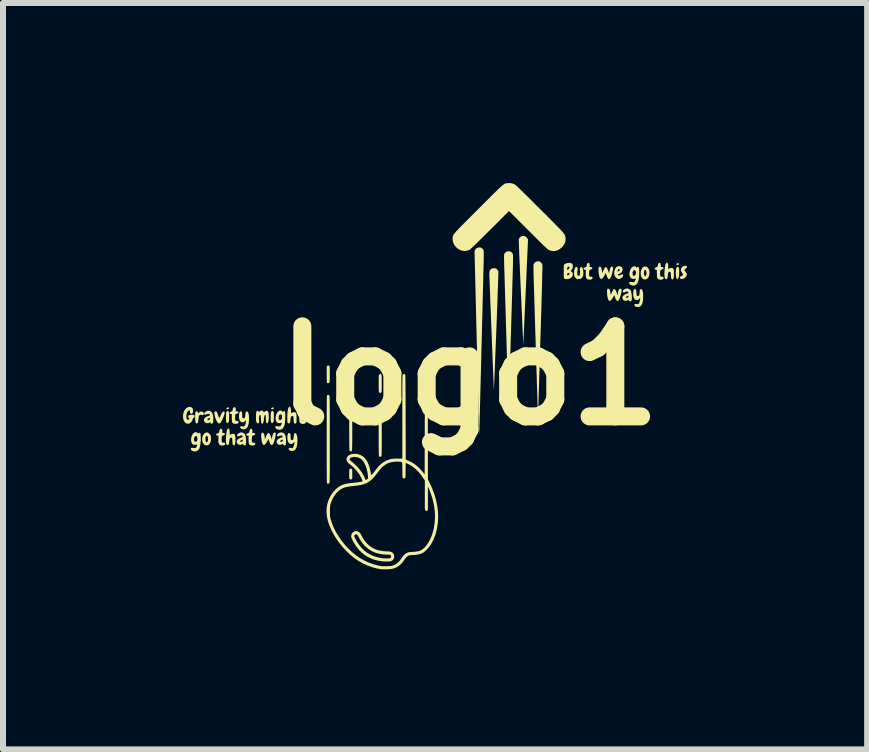
<source format=kicad_pcb>
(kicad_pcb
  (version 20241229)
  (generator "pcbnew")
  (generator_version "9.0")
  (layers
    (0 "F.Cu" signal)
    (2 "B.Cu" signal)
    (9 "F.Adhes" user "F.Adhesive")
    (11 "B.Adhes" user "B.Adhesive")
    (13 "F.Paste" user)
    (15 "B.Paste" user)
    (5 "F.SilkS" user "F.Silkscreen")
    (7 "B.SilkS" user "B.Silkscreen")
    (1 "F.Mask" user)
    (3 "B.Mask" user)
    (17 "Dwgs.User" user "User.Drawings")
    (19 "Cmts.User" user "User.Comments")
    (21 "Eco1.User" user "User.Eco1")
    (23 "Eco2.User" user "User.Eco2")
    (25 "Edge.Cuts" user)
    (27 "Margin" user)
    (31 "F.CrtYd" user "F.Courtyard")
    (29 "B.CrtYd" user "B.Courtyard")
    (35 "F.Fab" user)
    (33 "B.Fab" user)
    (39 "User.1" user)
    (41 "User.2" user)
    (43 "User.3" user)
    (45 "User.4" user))
  (footprint "logo1"
    (layer "F.Cu")
    (at 4.773 3.209)
    (property "Reference" "logo1" (at 0 0 0) (layer "F.SilkS") (effects (font (size 1.5 1.5) (thickness 0.3))))
    (attr board_only exclude_from_pos_files exclude_from_bom)
    (fp_poly (pts (xy 3.486 -1.87) (xy 3.49 -1.862) (xy 3.486 -1.852) (xy 3.484 -1.85) (xy 3.474 -1.844) (xy 3.462 -1.843) (xy 3.452 -1.846) (xy 3.447 -1.85) (xy 3.448 -1.86) (xy 3.455 -1.869) (xy 3.467 -1.874) (xy 3.475 -1.874)) (stroke (width 0) (type solid)) (fill yes) (layer "F.SilkS"))
    (fp_poly (pts (xy -4.012 0.531) (xy -4.007 0.539) (xy -4.01 0.549) (xy -4.012 0.552) (xy -4.022 0.558) (xy -4.034 0.56) (xy -4.045 0.559) (xy -4.048 0.557) (xy -4.051 0.549) (xy -4.048 0.54) (xy -4.039 0.532) (xy -4.027 0.528) (xy -4.024 0.528)) (stroke (width 0) (type solid)) (fill yes) (layer "F.SilkS"))
    (fp_poly (pts (xy -3.266 0.531) (xy -3.262 0.539) (xy -3.265 0.549) (xy -3.267 0.552) (xy -3.277 0.558) (xy -3.289 0.56) (xy -3.3 0.559) (xy -3.303 0.557) (xy -3.306 0.549) (xy -3.302 0.54) (xy -3.293 0.532) (xy -3.281 0.528) (xy -3.278 0.528)) (stroke (width 0) (type solid)) (fill yes) (layer "F.SilkS"))
    (fp_poly (pts (xy 3.476 -1.812) (xy 3.485 -1.801) (xy 3.486 -1.799) (xy 3.489 -1.787) (xy 3.491 -1.768) (xy 3.492 -1.745) (xy 3.492 -1.719) (xy 3.492 -1.693) (xy 3.49 -1.669) (xy 3.487 -1.649) (xy 3.484 -1.636) (xy 3.484 -1.636) (xy 3.475 -1.62) (xy 3.465 -1.612) (xy 3.456 -1.612) (xy 3.45 -1.617) (xy 3.445 -1.628) (xy 3.441 -1.647) (xy 3.437 -1.67) (xy 3.436 -1.697) (xy 3.435 -1.724) (xy 3.437 -1.75) (xy 3.44 -1.773) (xy 3.44 -1.777) (xy 3.447 -1.796) (xy 3.456 -1.809) (xy 3.466 -1.814)) (stroke (width 0) (type solid)) (fill yes) (layer "F.SilkS"))
    (fp_poly (pts (xy -4.021 0.59) (xy -4.014 0.597) (xy -4.01 0.608) (xy -4.007 0.627) (xy -4.005 0.652) (xy -4.005 0.686) (xy -4.006 0.693) (xy -4.006 0.72) (xy -4.007 0.74) (xy -4.009 0.754) (xy -4.011 0.764) (xy -4.013 0.771) (xy -4.017 0.776) (xy -4.028 0.788) (xy -4.038 0.79) (xy -4.047 0.783) (xy -4.05 0.779) (xy -4.053 0.773) (xy -4.055 0.766) (xy -4.057 0.754) (xy -4.058 0.738) (xy -4.058 0.716) (xy -4.058 0.692) (xy -4.058 0.663) (xy -4.057 0.642) (xy -4.056 0.626) (xy -4.055 0.615) (xy -4.052 0.607) (xy -4.05 0.603) (xy -4.041 0.592) (xy -4.031 0.588) (xy -4.03 0.588)) (stroke (width 0) (type solid)) (fill yes) (layer "F.SilkS"))
    (fp_poly (pts (xy -3.276 0.59) (xy -3.269 0.597) (xy -3.264 0.608) (xy -3.261 0.627) (xy -3.26 0.652) (xy -3.26 0.686) (xy -3.26 0.693) (xy -3.261 0.72) (xy -3.262 0.74) (xy -3.263 0.754) (xy -3.265 0.764) (xy -3.268 0.771) (xy -3.272 0.776) (xy -3.283 0.788) (xy -3.292 0.79) (xy -3.301 0.783) (xy -3.304 0.779) (xy -3.308 0.773) (xy -3.31 0.766) (xy -3.311 0.754) (xy -3.312 0.738) (xy -3.313 0.716) (xy -3.313 0.692) (xy -3.313 0.663) (xy -3.312 0.642) (xy -3.311 0.626) (xy -3.309 0.615) (xy -3.307 0.607) (xy -3.305 0.603) (xy -3.296 0.592) (xy -3.285 0.588) (xy -3.285 0.588)) (stroke (width 0) (type solid)) (fill yes) (layer "F.SilkS"))
    (fp_poly (pts (xy -0.709 0.042) (xy -0.705 0.044) (xy -0.694 0.051) (xy -0.694 0.203) (xy -0.695 0.246) (xy -0.695 0.28) (xy -0.695 0.306) (xy -0.696 0.326) (xy -0.696 0.341) (xy -0.697 0.351) (xy -0.699 0.358) (xy -0.701 0.362) (xy -0.702 0.363) (xy -0.714 0.37) (xy -0.728 0.369) (xy -0.738 0.362) (xy -0.74 0.359) (xy -0.742 0.354) (xy -0.743 0.346) (xy -0.744 0.334) (xy -0.745 0.318) (xy -0.745 0.295) (xy -0.745 0.266) (xy -0.745 0.23) (xy -0.745 0.207) (xy -0.745 0.171) (xy -0.745 0.138) (xy -0.745 0.108) (xy -0.744 0.084) (xy -0.744 0.066) (xy -0.743 0.055) (xy -0.742 0.053) (xy -0.735 0.044) (xy -0.722 0.04)) (stroke (width 0) (type solid)) (fill yes) (layer "F.SilkS"))
    (fp_poly (pts (xy -1.973 1.549) (xy -1.964 1.554) (xy -1.96 1.557) (xy -1.958 1.561) (xy -1.956 1.567) (xy -1.955 1.577) (xy -1.954 1.592) (xy -1.954 1.614) (xy -1.954 1.639) (xy -1.954 1.668) (xy -1.954 1.688) (xy -1.955 1.703) (xy -1.956 1.712) (xy -1.958 1.718) (xy -1.961 1.722) (xy -1.964 1.724) (xy -1.974 1.73) (xy -1.979 1.732) (xy -1.986 1.729) (xy -1.994 1.724) (xy -1.998 1.721) (xy -2.001 1.717) (xy -2.003 1.711) (xy -2.004 1.701) (xy -2.005 1.686) (xy -2.005 1.664) (xy -2.005 1.639) (xy -2.005 1.611) (xy -2.004 1.589) (xy -2.004 1.575) (xy -2.002 1.565) (xy -2 1.559) (xy -1.997 1.555) (xy -1.996 1.554) (xy -1.985 1.547)) (stroke (width 0) (type solid)) (fill yes) (layer "F.SilkS"))
    (fp_poly (pts (xy -2.346 -0.168) (xy -2.338 -0.162) (xy -2.335 -0.159) (xy -2.333 -0.155) (xy -2.332 -0.149) (xy -2.33 -0.14) (xy -2.33 -0.126) (xy -2.329 -0.108) (xy -2.329 -0.083) (xy -2.329 -0.05) (xy -2.329 -0.024) (xy -2.329 0.015) (xy -2.329 0.045) (xy -2.33 0.069) (xy -2.33 0.086) (xy -2.331 0.099) (xy -2.333 0.107) (xy -2.335 0.113) (xy -2.336 0.115) (xy -2.346 0.123) (xy -2.359 0.125) (xy -2.372 0.122) (xy -2.374 0.119) (xy -2.376 0.115) (xy -2.377 0.105) (xy -2.378 0.088) (xy -2.379 0.064) (xy -2.38 0.032) (xy -2.38 -0.008) (xy -2.38 -0.021) (xy -2.38 -0.06) (xy -2.38 -0.091) (xy -2.379 -0.115) (xy -2.379 -0.132) (xy -2.378 -0.145) (xy -2.377 -0.153) (xy -2.375 -0.159) (xy -2.373 -0.162) (xy -2.371 -0.164) (xy -2.359 -0.171)) (stroke (width 0) (type solid)) (fill yes) (layer "F.SilkS"))
    (fp_poly (pts (xy -1.479 -0.026) (xy -1.47 -0.021) (xy -1.468 -0.017) (xy -1.467 -0.012) (xy -1.465 -0.004) (xy -1.464 0.009) (xy -1.464 0.027) (xy -1.463 0.051) (xy -1.463 0.082) (xy -1.463 0.121) (xy -1.463 0.13) (xy -1.463 0.17) (xy -1.463 0.203) (xy -1.464 0.228) (xy -1.464 0.247) (xy -1.465 0.261) (xy -1.466 0.27) (xy -1.468 0.276) (xy -1.47 0.279) (xy -1.47 0.28) (xy -1.483 0.286) (xy -1.496 0.285) (xy -1.506 0.279) (xy -1.509 0.275) (xy -1.51 0.27) (xy -1.512 0.262) (xy -1.513 0.25) (xy -1.513 0.234) (xy -1.514 0.211) (xy -1.514 0.182) (xy -1.514 0.144) (xy -1.514 0.129) (xy -1.514 0.089) (xy -1.514 0.057) (xy -1.514 0.032) (xy -1.513 0.014) (xy -1.512 0.001) (xy -1.511 -0.008) (xy -1.51 -0.014) (xy -1.508 -0.018) (xy -1.506 -0.02) (xy -1.492 -0.027)) (stroke (width 0) (type solid)) (fill yes) (layer "F.SilkS"))
    (fp_poly (pts (xy -4.22 0.596) (xy -4.216 0.599) (xy -4.211 0.606) (xy -4.204 0.619) (xy -4.197 0.637) (xy -4.191 0.655) (xy -4.184 0.675) (xy -4.177 0.691) (xy -4.173 0.701) (xy -4.17 0.704) (xy -4.166 0.7) (xy -4.16 0.69) (xy -4.153 0.675) (xy -4.151 0.669) (xy -4.136 0.637) (xy -4.122 0.615) (xy -4.109 0.601) (xy -4.097 0.596) (xy -4.087 0.598) (xy -4.081 0.606) (xy -4.08 0.621) (xy -4.084 0.644) (xy -4.089 0.659) (xy -4.096 0.679) (xy -4.106 0.703) (xy -4.117 0.727) (xy -4.128 0.749) (xy -4.138 0.768) (xy -4.146 0.782) (xy -4.149 0.786) (xy -4.163 0.795) (xy -4.178 0.795) (xy -4.192 0.787) (xy -4.197 0.781) (xy -4.209 0.764) (xy -4.221 0.742) (xy -4.231 0.716) (xy -4.239 0.69) (xy -4.246 0.664) (xy -4.25 0.639) (xy -4.251 0.619) (xy -4.248 0.604) (xy -4.245 0.598) (xy -4.234 0.593)) (stroke (width 0) (type solid)) (fill yes) (layer "F.SilkS"))
    (fp_poly (pts (xy 2.945 -1.816) (xy 2.964 -1.805) (xy 2.98 -1.786) (xy 2.986 -1.775) (xy 2.995 -1.749) (xy 2.998 -1.72) (xy 2.996 -1.69) (xy 2.989 -1.661) (xy 2.978 -1.636) (xy 2.966 -1.621) (xy 2.947 -1.608) (xy 2.925 -1.603) (xy 2.904 -1.605) (xy 2.89 -1.611) (xy 2.873 -1.628) (xy 2.861 -1.65) (xy 2.854 -1.676) (xy 2.851 -1.704) (xy 2.851 -1.709) (xy 2.905 -1.709) (xy 2.907 -1.687) (xy 2.912 -1.67) (xy 2.918 -1.658) (xy 2.926 -1.654) (xy 2.934 -1.656) (xy 2.941 -1.667) (xy 2.944 -1.674) (xy 2.948 -1.692) (xy 2.948 -1.711) (xy 2.945 -1.73) (xy 2.941 -1.747) (xy 2.934 -1.759) (xy 2.925 -1.764) (xy 2.924 -1.764) (xy 2.917 -1.76) (xy 2.911 -1.748) (xy 2.907 -1.73) (xy 2.905 -1.709) (xy 2.851 -1.709) (xy 2.853 -1.733) (xy 2.86 -1.76) (xy 2.871 -1.784) (xy 2.886 -1.803) (xy 2.901 -1.812) (xy 2.923 -1.819)) (stroke (width 0) (type solid)) (fill yes) (layer "F.SilkS"))
    (fp_poly (pts (xy 3.605 -1.83) (xy 3.61 -1.828) (xy 3.621 -1.819) (xy 3.623 -1.809) (xy 3.616 -1.797) (xy 3.603 -1.786) (xy 3.588 -1.774) (xy 3.581 -1.762) (xy 3.582 -1.75) (xy 3.592 -1.736) (xy 3.599 -1.727) (xy 3.614 -1.709) (xy 3.62 -1.693) (xy 3.619 -1.676) (xy 3.61 -1.657) (xy 3.609 -1.655) (xy 3.592 -1.634) (xy 3.57 -1.619) (xy 3.546 -1.612) (xy 3.537 -1.611) (xy 3.523 -1.612) (xy 3.513 -1.615) (xy 3.51 -1.617) (xy 3.506 -1.625) (xy 3.505 -1.636) (xy 3.506 -1.644) (xy 3.51 -1.65) (xy 3.52 -1.655) (xy 3.53 -1.66) (xy 3.545 -1.667) (xy 3.553 -1.673) (xy 3.556 -1.68) (xy 3.556 -1.683) (xy 3.553 -1.693) (xy 3.546 -1.707) (xy 3.54 -1.716) (xy 3.526 -1.737) (xy 3.521 -1.756) (xy 3.522 -1.775) (xy 3.528 -1.789) (xy 3.539 -1.807) (xy 3.552 -1.818) (xy 3.571 -1.827) (xy 3.578 -1.829) (xy 3.594 -1.832)) (stroke (width 0) (type solid)) (fill yes) (layer "F.SilkS"))
    (fp_poly (pts (xy -4.539 0.594) (xy -4.53 0.602) (xy -4.526 0.61) (xy -4.521 0.622) (xy -4.516 0.625) (xy -4.511 0.619) (xy -4.511 0.618) (xy -4.504 0.61) (xy -4.491 0.602) (xy -4.477 0.598) (xy -4.47 0.597) (xy -4.456 0.6) (xy -4.442 0.606) (xy -4.431 0.614) (xy -4.429 0.618) (xy -4.426 0.635) (xy -4.43 0.648) (xy -4.441 0.655) (xy -4.457 0.655) (xy -4.463 0.653) (xy -4.481 0.65) (xy -4.495 0.655) (xy -4.506 0.668) (xy -4.513 0.689) (xy -4.517 0.719) (xy -4.518 0.729) (xy -4.52 0.758) (xy -4.525 0.778) (xy -4.531 0.79) (xy -4.54 0.796) (xy -4.545 0.796) (xy -4.554 0.794) (xy -4.56 0.786) (xy -4.564 0.779) (xy -4.567 0.77) (xy -4.569 0.757) (xy -4.571 0.74) (xy -4.571 0.716) (xy -4.572 0.687) (xy -4.572 0.659) (xy -4.571 0.638) (xy -4.571 0.624) (xy -4.569 0.614) (xy -4.567 0.608) (xy -4.564 0.603) (xy -4.563 0.602) (xy -4.551 0.594)) (stroke (width 0) (type solid)) (fill yes) (layer "F.SilkS"))
    (fp_poly (pts (xy -4.359 0.949) (xy -4.341 0.961) (xy -4.325 0.979) (xy -4.32 0.986) (xy -4.314 0.998) (xy -4.31 1.01) (xy -4.309 1.024) (xy -4.308 1.044) (xy -4.308 1.049) (xy -4.309 1.07) (xy -4.31 1.086) (xy -4.314 1.099) (xy -4.319 1.113) (xy -4.321 1.117) (xy -4.33 1.132) (xy -4.34 1.145) (xy -4.346 1.151) (xy -4.361 1.157) (xy -4.38 1.16) (xy -4.398 1.16) (xy -4.406 1.158) (xy -4.418 1.149) (xy -4.431 1.135) (xy -4.442 1.118) (xy -4.449 1.102) (xy -4.453 1.082) (xy -4.454 1.057) (xy -4.454 1.056) (xy -4.401 1.056) (xy -4.399 1.077) (xy -4.395 1.094) (xy -4.388 1.106) (xy -4.381 1.111) (xy -4.372 1.109) (xy -4.365 1.098) (xy -4.364 1.095) (xy -4.359 1.078) (xy -4.357 1.059) (xy -4.359 1.039) (xy -4.362 1.022) (xy -4.368 1.008) (xy -4.375 1.001) (xy -4.376 1.001) (xy -4.386 1.003) (xy -4.393 1.014) (xy -4.399 1.03) (xy -4.401 1.052) (xy -4.401 1.056) (xy -4.454 1.056) (xy -4.453 1.032) (xy -4.449 1.013) (xy -4.44 0.99) (xy -4.425 0.97) (xy -4.407 0.955) (xy -4.389 0.946) (xy -4.378 0.945)) (stroke (width 0) (type solid)) (fill yes) (layer "F.SilkS"))
    (fp_poly (pts (xy 1.785 -1.813) (xy 1.794 -1.804) (xy 1.795 -1.803) (xy 1.798 -1.797) (xy 1.8 -1.79) (xy 1.8 -1.78) (xy 1.799 -1.765) (xy 1.797 -1.743) (xy 1.797 -1.742) (xy 1.794 -1.711) (xy 1.794 -1.688) (xy 1.798 -1.673) (xy 1.805 -1.665) (xy 1.816 -1.663) (xy 1.822 -1.664) (xy 1.831 -1.669) (xy 1.837 -1.678) (xy 1.841 -1.694) (xy 1.842 -1.717) (xy 1.84 -1.744) (xy 1.839 -1.767) (xy 1.839 -1.781) (xy 1.84 -1.791) (xy 1.842 -1.797) (xy 1.845 -1.802) (xy 1.847 -1.803) (xy 1.858 -1.809) (xy 1.869 -1.807) (xy 1.879 -1.797) (xy 1.887 -1.781) (xy 1.892 -1.758) (xy 1.895 -1.73) (xy 1.896 -1.718) (xy 1.896 -1.696) (xy 1.894 -1.68) (xy 1.891 -1.667) (xy 1.887 -1.655) (xy 1.884 -1.651) (xy 1.876 -1.636) (xy 1.866 -1.624) (xy 1.861 -1.619) (xy 1.849 -1.614) (xy 1.831 -1.61) (xy 1.811 -1.608) (xy 1.794 -1.609) (xy 1.793 -1.61) (xy 1.78 -1.616) (xy 1.766 -1.629) (xy 1.754 -1.645) (xy 1.746 -1.661) (xy 1.742 -1.686) (xy 1.741 -1.714) (xy 1.743 -1.742) (xy 1.748 -1.769) (xy 1.756 -1.791) (xy 1.765 -1.805) (xy 1.776 -1.813)) (stroke (width 0) (type solid)) (fill yes) (layer "F.SilkS"))
    (fp_poly (pts (xy -4.13 0.887) (xy -4.123 0.897) (xy -4.119 0.914) (xy -4.119 0.927) (xy -4.12 0.954) (xy -4.106 0.954) (xy -4.088 0.956) (xy -4.078 0.963) (xy -4.075 0.972) (xy -4.078 0.981) (xy -4.089 0.99) (xy -4.107 0.997) (xy -4.11 0.998) (xy -4.118 1.001) (xy -4.124 1.007) (xy -4.127 1.018) (xy -4.129 1.035) (xy -4.13 1.059) (xy -4.13 1.066) (xy -4.129 1.088) (xy -4.127 1.103) (xy -4.121 1.111) (xy -4.111 1.115) (xy -4.098 1.116) (xy -4.083 1.117) (xy -4.076 1.119) (xy -4.072 1.125) (xy -4.072 1.125) (xy -4.071 1.14) (xy -4.078 1.152) (xy -4.092 1.16) (xy -4.111 1.164) (xy -4.134 1.163) (xy -4.14 1.162) (xy -4.157 1.157) (xy -4.169 1.149) (xy -4.177 1.135) (xy -4.183 1.116) (xy -4.185 1.09) (xy -4.185 1.056) (xy -4.185 1.054) (xy -4.183 1) (xy -4.199 0.999) (xy -4.213 0.995) (xy -4.221 0.987) (xy -4.222 0.977) (xy -4.22 0.973) (xy -4.213 0.967) (xy -4.2 0.961) (xy -4.194 0.958) (xy -4.181 0.954) (xy -4.174 0.948) (xy -4.171 0.939) (xy -4.17 0.93) (xy -4.165 0.909) (xy -4.157 0.893) (xy -4.147 0.885) (xy -4.142 0.884)) (stroke (width 0) (type solid)) (fill yes) (layer "F.SilkS"))
    (fp_poly (pts (xy -3.633 0.885) (xy -3.624 0.893) (xy -3.619 0.906) (xy -3.617 0.924) (xy -3.617 0.931) (xy -3.619 0.954) (xy -3.602 0.954) (xy -3.588 0.956) (xy -3.576 0.962) (xy -3.57 0.969) (xy -3.57 0.971) (xy -3.574 0.98) (xy -3.586 0.989) (xy -3.6 0.995) (xy -3.623 1.004) (xy -3.627 1.048) (xy -3.628 1.075) (xy -3.628 1.093) (xy -3.624 1.105) (xy -3.616 1.112) (xy -3.603 1.116) (xy -3.594 1.117) (xy -3.581 1.118) (xy -3.574 1.121) (xy -3.571 1.127) (xy -3.571 1.133) (xy -3.572 1.145) (xy -3.578 1.154) (xy -3.58 1.155) (xy -3.595 1.161) (xy -3.614 1.164) (xy -3.631 1.164) (xy -3.632 1.164) (xy -3.65 1.159) (xy -3.663 1.152) (xy -3.672 1.142) (xy -3.678 1.129) (xy -3.681 1.109) (xy -3.682 1.083) (xy -3.682 1.061) (xy -3.682 1) (xy -3.695 1) (xy -3.707 0.997) (xy -3.717 0.991) (xy -3.722 0.983) (xy -3.722 0.982) (xy -3.719 0.975) (xy -3.709 0.967) (xy -3.697 0.96) (xy -3.686 0.956) (xy -3.678 0.953) (xy -3.673 0.948) (xy -3.67 0.937) (xy -3.668 0.927) (xy -3.663 0.911) (xy -3.658 0.898) (xy -3.655 0.893) (xy -3.644 0.885)) (stroke (width 0) (type solid)) (fill yes) (layer "F.SilkS"))
    (fp_poly (pts (xy 1.991 -1.877) (xy 1.998 -1.867) (xy 2.001 -1.85) (xy 2.002 -1.837) (xy 2.001 -1.81) (xy 2.015 -1.81) (xy 2.033 -1.808) (xy 2.043 -1.801) (xy 2.046 -1.793) (xy 2.042 -1.783) (xy 2.032 -1.774) (xy 2.014 -1.767) (xy 2.011 -1.767) (xy 2.003 -1.763) (xy 1.997 -1.757) (xy 1.994 -1.746) (xy 1.992 -1.729) (xy 1.991 -1.705) (xy 1.991 -1.698) (xy 1.992 -1.676) (xy 1.994 -1.661) (xy 2 -1.653) (xy 2.01 -1.649) (xy 2.023 -1.648) (xy 2.037 -1.648) (xy 2.045 -1.645) (xy 2.049 -1.639) (xy 2.049 -1.639) (xy 2.05 -1.624) (xy 2.043 -1.612) (xy 2.029 -1.604) (xy 2.01 -1.6) (xy 1.987 -1.601) (xy 1.98 -1.602) (xy 1.964 -1.607) (xy 1.952 -1.615) (xy 1.943 -1.629) (xy 1.938 -1.648) (xy 1.936 -1.674) (xy 1.936 -1.708) (xy 1.936 -1.71) (xy 1.938 -1.764) (xy 1.922 -1.765) (xy 1.908 -1.769) (xy 1.9 -1.777) (xy 1.899 -1.787) (xy 1.901 -1.791) (xy 1.908 -1.797) (xy 1.921 -1.803) (xy 1.927 -1.806) (xy 1.94 -1.81) (xy 1.946 -1.816) (xy 1.949 -1.825) (xy 1.951 -1.834) (xy 1.956 -1.856) (xy 1.964 -1.871) (xy 1.974 -1.879) (xy 1.979 -1.88)) (stroke (width 0) (type solid)) (fill yes) (layer "F.SilkS"))
    (fp_poly (pts (xy 0.912 -2.326) (xy 0.933 -2.318) (xy 0.952 -2.303) (xy 0.963 -2.287) (xy 0.974 -2.266) (xy 0.936 -1.412) (xy 0.932 -1.323) (xy 0.928 -1.237) (xy 0.924 -1.154) (xy 0.921 -1.074) (xy 0.917 -0.998) (xy 0.914 -0.926) (xy 0.911 -0.859) (xy 0.908 -0.797) (xy 0.906 -0.74) (xy 0.903 -0.69) (xy 0.901 -0.646) (xy 0.9 -0.609) (xy 0.898 -0.58) (xy 0.897 -0.558) (xy 0.897 -0.546) (xy 0.897 -0.542) (xy 0.896 -0.532) (xy 0.895 -0.531) (xy 0.894 -0.538) (xy 0.894 -0.539) (xy 0.894 -0.545) (xy 0.893 -0.56) (xy 0.892 -0.583) (xy 0.891 -0.614) (xy 0.889 -0.653) (xy 0.887 -0.698) (xy 0.884 -0.75) (xy 0.882 -0.807) (xy 0.879 -0.87) (xy 0.876 -0.939) (xy 0.873 -1.012) (xy 0.869 -1.089) (xy 0.865 -1.169) (xy 0.862 -1.253) (xy 0.858 -1.34) (xy 0.855 -1.405) (xy 0.85 -1.52) (xy 0.845 -1.628) (xy 0.84 -1.727) (xy 0.837 -1.819) (xy 0.833 -1.902) (xy 0.83 -1.978) (xy 0.827 -2.045) (xy 0.825 -2.104) (xy 0.823 -2.154) (xy 0.822 -2.195) (xy 0.821 -2.228) (xy 0.82 -2.252) (xy 0.82 -2.267) (xy 0.82 -2.272) (xy 0.831 -2.295) (xy 0.847 -2.312) (xy 0.867 -2.323) (xy 0.889 -2.328)) (stroke (width 0) (type solid)) (fill yes) (layer "F.SilkS"))
    (fp_poly (pts (xy 2.511 -1.822) (xy 2.53 -1.813) (xy 2.542 -1.799) (xy 2.549 -1.781) (xy 2.55 -1.762) (xy 2.544 -1.742) (xy 2.532 -1.723) (xy 2.512 -1.707) (xy 2.508 -1.704) (xy 2.494 -1.696) (xy 2.481 -1.691) (xy 2.476 -1.69) (xy 2.469 -1.687) (xy 2.469 -1.681) (xy 2.474 -1.674) (xy 2.48 -1.67) (xy 2.488 -1.668) (xy 2.496 -1.669) (xy 2.508 -1.674) (xy 2.516 -1.678) (xy 2.535 -1.687) (xy 2.548 -1.689) (xy 2.556 -1.685) (xy 2.559 -1.674) (xy 2.559 -1.673) (xy 2.557 -1.658) (xy 2.547 -1.642) (xy 2.531 -1.629) (xy 2.513 -1.618) (xy 2.492 -1.612) (xy 2.484 -1.611) (xy 2.47 -1.614) (xy 2.456 -1.62) (xy 2.454 -1.622) (xy 2.432 -1.641) (xy 2.418 -1.666) (xy 2.41 -1.695) (xy 2.41 -1.727) (xy 2.413 -1.74) (xy 2.464 -1.74) (xy 2.469 -1.737) (xy 2.476 -1.738) (xy 2.489 -1.744) (xy 2.497 -1.749) (xy 2.503 -1.759) (xy 2.503 -1.769) (xy 2.496 -1.776) (xy 2.492 -1.777) (xy 2.483 -1.775) (xy 2.475 -1.766) (xy 2.473 -1.763) (xy 2.465 -1.749) (xy 2.464 -1.74) (xy 2.413 -1.74) (xy 2.417 -1.76) (xy 2.423 -1.776) (xy 2.438 -1.8) (xy 2.457 -1.816) (xy 2.478 -1.824) (xy 2.487 -1.825)) (stroke (width 0) (type solid)) (fill yes) (layer "F.SilkS"))
    (fp_poly (pts (xy -3.903 0.531) (xy -3.902 0.533) (xy -3.896 0.542) (xy -3.894 0.553) (xy -3.895 0.568) (xy -3.898 0.593) (xy -3.88 0.593) (xy -3.863 0.596) (xy -3.854 0.602) (xy -3.849 0.609) (xy -3.849 0.614) (xy -3.855 0.621) (xy -3.858 0.623) (xy -3.871 0.632) (xy -3.886 0.637) (xy -3.886 0.637) (xy -3.895 0.639) (xy -3.9 0.643) (xy -3.903 0.65) (xy -3.904 0.665) (xy -3.905 0.668) (xy -3.907 0.697) (xy -3.907 0.72) (xy -3.906 0.737) (xy -3.903 0.745) (xy -3.896 0.75) (xy -3.883 0.753) (xy -3.874 0.755) (xy -3.86 0.756) (xy -3.853 0.759) (xy -3.849 0.764) (xy -3.848 0.772) (xy -3.849 0.784) (xy -3.856 0.792) (xy -3.858 0.793) (xy -3.878 0.801) (xy -3.902 0.803) (xy -3.921 0.8) (xy -3.935 0.795) (xy -3.946 0.788) (xy -3.953 0.779) (xy -3.957 0.765) (xy -3.96 0.746) (xy -3.961 0.719) (xy -3.961 0.703) (xy -3.961 0.639) (xy -3.973 0.639) (xy -3.985 0.637) (xy -3.993 0.633) (xy -3.999 0.624) (xy -3.997 0.615) (xy -3.987 0.606) (xy -3.973 0.599) (xy -3.959 0.593) (xy -3.952 0.588) (xy -3.949 0.58) (xy -3.948 0.571) (xy -3.943 0.549) (xy -3.935 0.534) (xy -3.925 0.525) (xy -3.914 0.524)) (stroke (width 0) (type solid)) (fill yes) (layer "F.SilkS"))
    (fp_poly (pts (xy -4.009 0.884) (xy -4.002 0.897) (xy -3.997 0.918) (xy -3.996 0.947) (xy -3.996 0.951) (xy -3.996 0.991) (xy -3.979 0.979) (xy -3.959 0.97) (xy -3.939 0.968) (xy -3.924 0.971) (xy -3.917 0.976) (xy -3.909 0.987) (xy -3.909 0.988) (xy -3.905 0.996) (xy -3.903 1.006) (xy -3.902 1.02) (xy -3.901 1.04) (xy -3.901 1.067) (xy -3.901 1.067) (xy -3.902 1.098) (xy -3.903 1.121) (xy -3.906 1.138) (xy -3.91 1.149) (xy -3.916 1.157) (xy -3.919 1.159) (xy -3.927 1.162) (xy -3.934 1.159) (xy -3.939 1.154) (xy -3.944 1.148) (xy -3.947 1.138) (xy -3.949 1.123) (xy -3.95 1.1) (xy -3.951 1.097) (xy -3.952 1.071) (xy -3.954 1.053) (xy -3.957 1.042) (xy -3.961 1.036) (xy -3.966 1.033) (xy -3.972 1.032) (xy -3.984 1.035) (xy -3.992 1.042) (xy -3.998 1.055) (xy -4.001 1.075) (xy -4.002 1.086) (xy -4.005 1.114) (xy -4.009 1.134) (xy -4.014 1.146) (xy -4.021 1.154) (xy -4.027 1.156) (xy -4.039 1.155) (xy -4.049 1.145) (xy -4.055 1.127) (xy -4.059 1.101) (xy -4.06 1.066) (xy -4.058 1.023) (xy -4.053 0.973) (xy -4.051 0.956) (xy -4.046 0.927) (xy -4.039 0.904) (xy -4.031 0.888) (xy -4.022 0.88) (xy -4.019 0.88)) (stroke (width 0) (type solid)) (fill yes) (layer "F.SilkS"))
    (fp_poly (pts (xy 3.297 -1.88) (xy 3.304 -1.867) (xy 3.309 -1.846) (xy 3.31 -1.817) (xy 3.31 -1.813) (xy 3.31 -1.774) (xy 3.327 -1.785) (xy 3.347 -1.794) (xy 3.368 -1.796) (xy 3.382 -1.794) (xy 3.389 -1.788) (xy 3.397 -1.777) (xy 3.397 -1.776) (xy 3.401 -1.768) (xy 3.403 -1.758) (xy 3.404 -1.744) (xy 3.405 -1.724) (xy 3.405 -1.697) (xy 3.405 -1.697) (xy 3.404 -1.666) (xy 3.403 -1.643) (xy 3.4 -1.626) (xy 3.396 -1.615) (xy 3.39 -1.608) (xy 3.387 -1.606) (xy 3.38 -1.602) (xy 3.372 -1.606) (xy 3.367 -1.61) (xy 3.363 -1.617) (xy 3.36 -1.626) (xy 3.357 -1.641) (xy 3.356 -1.664) (xy 3.355 -1.667) (xy 3.354 -1.693) (xy 3.352 -1.711) (xy 3.349 -1.722) (xy 3.346 -1.728) (xy 3.34 -1.731) (xy 3.334 -1.732) (xy 3.322 -1.73) (xy 3.314 -1.723) (xy 3.309 -1.709) (xy 3.305 -1.689) (xy 3.304 -1.678) (xy 3.301 -1.65) (xy 3.297 -1.63) (xy 3.292 -1.618) (xy 3.285 -1.61) (xy 3.279 -1.608) (xy 3.267 -1.609) (xy 3.257 -1.619) (xy 3.251 -1.637) (xy 3.247 -1.663) (xy 3.246 -1.698) (xy 3.248 -1.741) (xy 3.253 -1.791) (xy 3.255 -1.808) (xy 3.26 -1.837) (xy 3.267 -1.86) (xy 3.275 -1.876) (xy 3.284 -1.884) (xy 3.287 -1.884)) (stroke (width 0) (type solid)) (fill yes) (layer "F.SilkS"))
    (fp_poly (pts (xy -2.784 0.526) (xy -2.777 0.536) (xy -2.774 0.553) (xy -2.773 0.567) (xy -2.773 0.582) (xy -2.772 0.589) (xy -2.768 0.592) (xy -2.76 0.593) (xy -2.759 0.593) (xy -2.741 0.595) (xy -2.731 0.601) (xy -2.727 0.61) (xy -2.731 0.62) (xy -2.742 0.629) (xy -2.759 0.636) (xy -2.763 0.637) (xy -2.771 0.639) (xy -2.776 0.644) (xy -2.78 0.652) (xy -2.782 0.666) (xy -2.783 0.687) (xy -2.784 0.704) (xy -2.784 0.727) (xy -2.781 0.741) (xy -2.775 0.75) (xy -2.765 0.754) (xy -2.752 0.755) (xy -2.738 0.756) (xy -2.731 0.759) (xy -2.726 0.766) (xy -2.725 0.779) (xy -2.732 0.79) (xy -2.747 0.798) (xy -2.754 0.801) (xy -2.766 0.804) (xy -2.775 0.805) (xy -2.785 0.803) (xy -2.796 0.801) (xy -2.81 0.795) (xy -2.823 0.786) (xy -2.824 0.785) (xy -2.828 0.78) (xy -2.832 0.775) (xy -2.834 0.767) (xy -2.836 0.757) (xy -2.836 0.74) (xy -2.837 0.717) (xy -2.837 0.706) (xy -2.839 0.639) (xy -2.853 0.638) (xy -2.867 0.634) (xy -2.874 0.626) (xy -2.874 0.615) (xy -2.872 0.612) (xy -2.865 0.606) (xy -2.853 0.599) (xy -2.847 0.597) (xy -2.834 0.591) (xy -2.828 0.585) (xy -2.825 0.575) (xy -2.823 0.567) (xy -2.818 0.545) (xy -2.809 0.53) (xy -2.798 0.524) (xy -2.794 0.523)) (stroke (width 0) (type solid)) (fill yes) (layer "F.SilkS"))
    (fp_poly (pts (xy 3.175 -1.877) (xy 3.182 -1.867) (xy 3.185 -1.85) (xy 3.185 -1.836) (xy 3.186 -1.821) (xy 3.187 -1.814) (xy 3.191 -1.811) (xy 3.199 -1.81) (xy 3.2 -1.81) (xy 3.218 -1.808) (xy 3.228 -1.801) (xy 3.232 -1.793) (xy 3.228 -1.783) (xy 3.217 -1.774) (xy 3.199 -1.767) (xy 3.196 -1.766) (xy 3.188 -1.764) (xy 3.183 -1.759) (xy 3.179 -1.751) (xy 3.177 -1.737) (xy 3.175 -1.716) (xy 3.175 -1.699) (xy 3.175 -1.676) (xy 3.178 -1.662) (xy 3.184 -1.653) (xy 3.194 -1.649) (xy 3.207 -1.648) (xy 3.22 -1.647) (xy 3.228 -1.644) (xy 3.233 -1.637) (xy 3.234 -1.624) (xy 3.227 -1.613) (xy 3.212 -1.604) (xy 3.204 -1.602) (xy 3.192 -1.599) (xy 3.184 -1.598) (xy 3.173 -1.6) (xy 3.163 -1.602) (xy 3.149 -1.608) (xy 3.135 -1.617) (xy 3.135 -1.618) (xy 3.13 -1.623) (xy 3.127 -1.628) (xy 3.125 -1.636) (xy 3.123 -1.646) (xy 3.122 -1.663) (xy 3.122 -1.686) (xy 3.121 -1.697) (xy 3.12 -1.763) (xy 3.106 -1.765) (xy 3.092 -1.769) (xy 3.085 -1.777) (xy 3.085 -1.788) (xy 3.086 -1.791) (xy 3.094 -1.797) (xy 3.106 -1.804) (xy 3.112 -1.806) (xy 3.124 -1.812) (xy 3.131 -1.818) (xy 3.134 -1.828) (xy 3.135 -1.836) (xy 3.141 -1.858) (xy 3.149 -1.873) (xy 3.161 -1.879) (xy 3.165 -1.88)) (stroke (width 0) (type solid)) (fill yes) (layer "F.SilkS"))
    (fp_poly (pts (xy -4.333 0.587) (xy -4.314 0.595) (xy -4.298 0.606) (xy -4.291 0.615) (xy -4.28 0.639) (xy -4.273 0.67) (xy -4.269 0.707) (xy -4.269 0.729) (xy -4.27 0.757) (xy -4.272 0.777) (xy -4.277 0.79) (xy -4.284 0.797) (xy -4.293 0.8) (xy -4.304 0.799) (xy -4.312 0.792) (xy -4.314 0.788) (xy -4.322 0.774) (xy -4.338 0.783) (xy -4.361 0.791) (xy -4.382 0.79) (xy -4.401 0.783) (xy -4.416 0.77) (xy -4.424 0.751) (xy -4.426 0.737) (xy -4.368 0.737) (xy -4.367 0.738) (xy -4.36 0.741) (xy -4.348 0.74) (xy -4.336 0.737) (xy -4.333 0.736) (xy -4.328 0.73) (xy -4.325 0.72) (xy -4.324 0.71) (xy -4.327 0.704) (xy -4.329 0.704) (xy -4.34 0.706) (xy -4.351 0.713) (xy -4.361 0.721) (xy -4.367 0.73) (xy -4.368 0.737) (xy -4.426 0.737) (xy -4.426 0.736) (xy -4.422 0.72) (xy -4.41 0.705) (xy -4.393 0.69) (xy -4.372 0.678) (xy -4.359 0.673) (xy -4.341 0.668) (xy -4.33 0.663) (xy -4.326 0.658) (xy -4.326 0.652) (xy -4.328 0.646) (xy -4.337 0.637) (xy -4.351 0.634) (xy -4.368 0.637) (xy -4.382 0.644) (xy -4.397 0.65) (xy -4.41 0.649) (xy -4.418 0.643) (xy -4.42 0.632) (xy -4.415 0.619) (xy -4.414 0.616) (xy -4.401 0.605) (xy -4.384 0.594) (xy -4.365 0.586) (xy -4.35 0.583)) (stroke (width 0) (type solid)) (fill yes) (layer "F.SilkS"))
    (fp_poly (pts (xy -3.805 0.594) (xy -3.799 0.599) (xy -3.794 0.608) (xy -3.79 0.623) (xy -3.788 0.644) (xy -3.787 0.661) (xy -3.787 0.681) (xy -3.785 0.693) (xy -3.782 0.701) (xy -3.778 0.706) (xy -3.766 0.712) (xy -3.754 0.709) (xy -3.744 0.7) (xy -3.742 0.697) (xy -3.739 0.685) (xy -3.737 0.669) (xy -3.736 0.658) (xy -3.735 0.632) (xy -3.73 0.612) (xy -3.723 0.599) (xy -3.714 0.594) (xy -3.703 0.596) (xy -3.699 0.6) (xy -3.689 0.614) (xy -3.681 0.636) (xy -3.676 0.663) (xy -3.674 0.694) (xy -3.674 0.727) (xy -3.676 0.761) (xy -3.68 0.794) (xy -3.687 0.823) (xy -3.695 0.848) (xy -3.706 0.867) (xy -3.708 0.868) (xy -3.726 0.884) (xy -3.748 0.893) (xy -3.772 0.894) (xy -3.794 0.888) (xy -3.799 0.885) (xy -3.815 0.873) (xy -3.822 0.862) (xy -3.822 0.852) (xy -3.815 0.843) (xy -3.802 0.84) (xy -3.79 0.843) (xy -3.772 0.847) (xy -3.757 0.843) (xy -3.745 0.833) (xy -3.736 0.814) (xy -3.729 0.787) (xy -3.725 0.76) (xy -3.723 0.74) (xy -3.744 0.759) (xy -3.759 0.772) (xy -3.772 0.777) (xy -3.778 0.778) (xy -3.8 0.774) (xy -3.817 0.762) (xy -3.83 0.742) (xy -3.838 0.714) (xy -3.842 0.681) (xy -3.841 0.649) (xy -3.837 0.624) (xy -3.83 0.606) (xy -3.82 0.596) (xy -3.814 0.593)) (stroke (width 0) (type solid)) (fill yes) (layer "F.SilkS"))
    (fp_poly (pts (xy -3.786 0.948) (xy -3.768 0.956) (xy -3.752 0.967) (xy -3.744 0.976) (xy -3.734 1) (xy -3.727 1.032) (xy -3.723 1.069) (xy -3.723 1.09) (xy -3.723 1.118) (xy -3.726 1.138) (xy -3.73 1.151) (xy -3.737 1.158) (xy -3.747 1.161) (xy -3.757 1.16) (xy -3.765 1.153) (xy -3.768 1.149) (xy -3.776 1.135) (xy -3.792 1.144) (xy -3.815 1.152) (xy -3.836 1.152) (xy -3.855 1.144) (xy -3.869 1.131) (xy -3.878 1.113) (xy -3.88 1.098) (xy -3.822 1.098) (xy -3.821 1.099) (xy -3.813 1.102) (xy -3.801 1.101) (xy -3.789 1.098) (xy -3.787 1.097) (xy -3.782 1.091) (xy -3.778 1.081) (xy -3.778 1.072) (xy -3.781 1.066) (xy -3.783 1.065) (xy -3.793 1.068) (xy -3.805 1.074) (xy -3.815 1.083) (xy -3.821 1.091) (xy -3.822 1.098) (xy -3.88 1.098) (xy -3.88 1.097) (xy -3.876 1.082) (xy -3.864 1.066) (xy -3.847 1.051) (xy -3.826 1.039) (xy -3.813 1.035) (xy -3.794 1.029) (xy -3.784 1.024) (xy -3.779 1.019) (xy -3.78 1.013) (xy -3.782 1.007) (xy -3.79 0.998) (xy -3.804 0.995) (xy -3.821 0.998) (xy -3.836 1.005) (xy -3.851 1.011) (xy -3.864 1.01) (xy -3.872 1.004) (xy -3.874 0.993) (xy -3.869 0.98) (xy -3.867 0.978) (xy -3.855 0.966) (xy -3.838 0.955) (xy -3.819 0.947) (xy -3.804 0.945)) (stroke (width 0) (type solid)) (fill yes) (layer "F.SilkS"))
    (fp_poly (pts (xy -3.235 0.949) (xy -3.23 0.959) (xy -3.229 0.977) (xy -3.232 1.002) (xy -3.236 1.023) (xy -3.244 1.061) (xy -3.254 1.094) (xy -3.264 1.121) (xy -3.275 1.141) (xy -3.286 1.153) (xy -3.293 1.157) (xy -3.301 1.154) (xy -3.311 1.147) (xy -3.313 1.145) (xy -3.321 1.134) (xy -3.329 1.116) (xy -3.337 1.094) (xy -3.337 1.092) (xy -3.349 1.052) (xy -3.366 1.084) (xy -3.383 1.115) (xy -3.399 1.136) (xy -3.413 1.149) (xy -3.427 1.153) (xy -3.436 1.152) (xy -3.442 1.146) (xy -3.448 1.135) (xy -3.45 1.132) (xy -3.457 1.112) (xy -3.463 1.087) (xy -3.467 1.057) (xy -3.471 1.021) (xy -3.472 0.992) (xy -3.47 0.972) (xy -3.466 0.958) (xy -3.459 0.951) (xy -3.448 0.95) (xy -3.448 0.95) (xy -3.434 0.956) (xy -3.424 0.97) (xy -3.417 0.992) (xy -3.414 1.021) (xy -3.412 1.037) (xy -3.41 1.048) (xy -3.408 1.053) (xy -3.408 1.052) (xy -3.404 1.047) (xy -3.399 1.034) (xy -3.393 1.019) (xy -3.392 1.016) (xy -3.38 0.988) (xy -3.369 0.968) (xy -3.36 0.957) (xy -3.352 0.954) (xy -3.342 0.958) (xy -3.331 0.971) (xy -3.32 0.991) (xy -3.309 1.018) (xy -3.307 1.023) (xy -3.295 1.062) (xy -3.289 1.025) (xy -3.283 0.994) (xy -3.275 0.97) (xy -3.265 0.955) (xy -3.257 0.949) (xy -3.244 0.946)) (stroke (width 0) (type solid)) (fill yes) (layer "F.SilkS"))
    (fp_poly (pts (xy 2.64 -1.451) (xy 2.659 -1.442) (xy 2.674 -1.431) (xy 2.682 -1.422) (xy 2.692 -1.398) (xy 2.699 -1.367) (xy 2.703 -1.33) (xy 2.704 -1.308) (xy 2.703 -1.28) (xy 2.701 -1.26) (xy 2.696 -1.247) (xy 2.689 -1.24) (xy 2.68 -1.237) (xy 2.669 -1.238) (xy 2.661 -1.246) (xy 2.659 -1.249) (xy 2.65 -1.263) (xy 2.634 -1.254) (xy 2.612 -1.247) (xy 2.59 -1.247) (xy 2.572 -1.254) (xy 2.557 -1.267) (xy 2.548 -1.286) (xy 2.547 -1.3) (xy 2.605 -1.3) (xy 2.605 -1.299) (xy 2.613 -1.297) (xy 2.625 -1.297) (xy 2.637 -1.3) (xy 2.639 -1.301) (xy 2.645 -1.308) (xy 2.648 -1.317) (xy 2.648 -1.327) (xy 2.646 -1.333) (xy 2.643 -1.333) (xy 2.633 -1.331) (xy 2.622 -1.324) (xy 2.612 -1.316) (xy 2.605 -1.307) (xy 2.605 -1.3) (xy 2.547 -1.3) (xy 2.546 -1.301) (xy 2.551 -1.317) (xy 2.562 -1.333) (xy 2.579 -1.347) (xy 2.601 -1.359) (xy 2.614 -1.364) (xy 2.632 -1.37) (xy 2.643 -1.374) (xy 2.647 -1.379) (xy 2.647 -1.386) (xy 2.645 -1.391) (xy 2.636 -1.4) (xy 2.622 -1.403) (xy 2.605 -1.4) (xy 2.591 -1.393) (xy 2.575 -1.387) (xy 2.563 -1.388) (xy 2.554 -1.394) (xy 2.552 -1.405) (xy 2.557 -1.419) (xy 2.559 -1.421) (xy 2.571 -1.433) (xy 2.589 -1.443) (xy 2.607 -1.451) (xy 2.622 -1.454)) (stroke (width 0) (type solid)) (fill yes) (layer "F.SilkS"))
    (fp_poly (pts (xy -1.469 0.477) (xy -1.469 0.478) (xy -1.468 0.481) (xy -1.467 0.489) (xy -1.466 0.501) (xy -1.465 0.519) (xy -1.465 0.543) (xy -1.464 0.573) (xy -1.464 0.609) (xy -1.464 0.653) (xy -1.463 0.704) (xy -1.463 0.764) (xy -1.463 0.831) (xy -1.463 0.907) (xy -1.463 0.91) (xy -1.463 0.983) (xy -1.463 1.048) (xy -1.463 1.104) (xy -1.463 1.153) (xy -1.464 1.194) (xy -1.464 1.23) (xy -1.464 1.259) (xy -1.465 1.282) (xy -1.465 1.301) (xy -1.466 1.316) (xy -1.466 1.327) (xy -1.467 1.335) (xy -1.468 1.34) (xy -1.469 1.343) (xy -1.47 1.345) (xy -1.483 1.351) (xy -1.496 1.35) (xy -1.506 1.343) (xy -1.508 1.341) (xy -1.509 1.338) (xy -1.51 1.333) (xy -1.511 1.325) (xy -1.511 1.315) (xy -1.512 1.3) (xy -1.513 1.282) (xy -1.513 1.259) (xy -1.513 1.23) (xy -1.514 1.196) (xy -1.514 1.155) (xy -1.514 1.108) (xy -1.514 1.053) (xy -1.514 0.99) (xy -1.514 0.918) (xy -1.514 0.911) (xy -1.514 0.839) (xy -1.514 0.775) (xy -1.514 0.72) (xy -1.514 0.672) (xy -1.514 0.631) (xy -1.513 0.597) (xy -1.513 0.568) (xy -1.513 0.544) (xy -1.512 0.526) (xy -1.512 0.511) (xy -1.511 0.5) (xy -1.51 0.492) (xy -1.509 0.487) (xy -1.508 0.483) (xy -1.507 0.481) (xy -1.506 0.48) (xy -1.494 0.474) (xy -1.48 0.473)) (stroke (width 0) (type solid)) (fill yes) (layer "F.SilkS"))
    (fp_poly (pts (xy -3.005 0.955) (xy -2.995 0.959) (xy -2.988 0.969) (xy -2.983 0.986) (xy -2.982 1.012) (xy -2.982 1.016) (xy -2.98 1.043) (xy -2.976 1.061) (xy -2.968 1.071) (xy -2.958 1.074) (xy -2.947 1.072) (xy -2.939 1.063) (xy -2.934 1.048) (xy -2.93 1.025) (xy -2.929 1.016) (xy -2.926 0.988) (xy -2.921 0.968) (xy -2.913 0.957) (xy -2.904 0.955) (xy -2.893 0.962) (xy -2.89 0.965) (xy -2.881 0.98) (xy -2.874 1.003) (xy -2.869 1.032) (xy -2.867 1.067) (xy -2.868 1.097) (xy -2.872 1.144) (xy -2.879 1.182) (xy -2.891 1.212) (xy -2.905 1.234) (xy -2.924 1.248) (xy -2.946 1.254) (xy -2.954 1.254) (xy -2.97 1.253) (xy -2.983 1.251) (xy -2.986 1.25) (xy -3.002 1.24) (xy -3.012 1.229) (xy -3.014 1.217) (xy -3.01 1.206) (xy -3.007 1.204) (xy -3.001 1.201) (xy -2.991 1.201) (xy -2.977 1.204) (xy -2.963 1.208) (xy -2.954 1.208) (xy -2.948 1.205) (xy -2.942 1.198) (xy -2.933 1.184) (xy -2.926 1.166) (xy -2.921 1.141) (xy -2.919 1.125) (xy -2.916 1.1) (xy -2.929 1.114) (xy -2.949 1.131) (xy -2.968 1.138) (xy -2.987 1.137) (xy -3.004 1.127) (xy -3.019 1.109) (xy -3.027 1.094) (xy -3.032 1.072) (xy -3.035 1.045) (xy -3.035 1.018) (xy -3.032 0.992) (xy -3.026 0.973) (xy -3.02 0.961) (xy -3.014 0.955) (xy -3.006 0.955)) (stroke (width 0) (type solid)) (fill yes) (layer "F.SilkS"))
    (fp_poly (pts (xy -2.986 0.524) (xy -2.98 0.54) (xy -2.976 0.563) (xy -2.975 0.593) (xy -2.975 0.594) (xy -2.975 0.609) (xy -2.974 0.621) (xy -2.974 0.625) (xy -2.974 0.625) (xy -2.97 0.623) (xy -2.96 0.618) (xy -2.957 0.616) (xy -2.936 0.608) (xy -2.921 0.607) (xy -2.907 0.61) (xy -2.899 0.615) (xy -2.892 0.625) (xy -2.888 0.632) (xy -2.885 0.641) (xy -2.884 0.652) (xy -2.883 0.667) (xy -2.882 0.689) (xy -2.882 0.709) (xy -2.882 0.736) (xy -2.883 0.756) (xy -2.884 0.77) (xy -2.886 0.779) (xy -2.889 0.786) (xy -2.89 0.788) (xy -2.899 0.799) (xy -2.909 0.8) (xy -2.919 0.795) (xy -2.923 0.79) (xy -2.926 0.783) (xy -2.928 0.772) (xy -2.93 0.754) (xy -2.931 0.735) (xy -2.932 0.714) (xy -2.934 0.695) (xy -2.936 0.682) (xy -2.937 0.677) (xy -2.944 0.673) (xy -2.954 0.671) (xy -2.965 0.674) (xy -2.973 0.681) (xy -2.979 0.696) (xy -2.982 0.717) (xy -2.983 0.73) (xy -2.986 0.759) (xy -2.992 0.78) (xy -3 0.792) (xy -3.011 0.796) (xy -3.013 0.795) (xy -3.022 0.793) (xy -3.028 0.788) (xy -3.032 0.778) (xy -3.035 0.763) (xy -3.037 0.741) (xy -3.037 0.711) (xy -3.037 0.705) (xy -3.036 0.661) (xy -3.034 0.621) (xy -3.03 0.586) (xy -3.024 0.557) (xy -3.017 0.536) (xy -3.009 0.522) (xy -3.005 0.519) (xy -2.995 0.517)) (stroke (width 0) (type solid)) (fill yes) (layer "F.SilkS"))
    (fp_poly (pts (xy 2.38 -1.816) (xy 2.385 -1.811) (xy 2.391 -1.801) (xy 2.392 -1.79) (xy 2.391 -1.778) (xy 2.386 -1.745) (xy 2.378 -1.713) (xy 2.369 -1.682) (xy 2.36 -1.655) (xy 2.35 -1.633) (xy 2.341 -1.619) (xy 2.34 -1.618) (xy 2.331 -1.61) (xy 2.324 -1.607) (xy 2.316 -1.61) (xy 2.314 -1.612) (xy 2.305 -1.621) (xy 2.295 -1.638) (xy 2.285 -1.662) (xy 2.279 -1.682) (xy 2.271 -1.712) (xy 2.252 -1.677) (xy 2.235 -1.647) (xy 2.219 -1.626) (xy 2.204 -1.614) (xy 2.19 -1.611) (xy 2.179 -1.618) (xy 2.169 -1.632) (xy 2.161 -1.656) (xy 2.155 -1.688) (xy 2.15 -1.729) (xy 2.15 -1.741) (xy 2.149 -1.769) (xy 2.149 -1.789) (xy 2.152 -1.803) (xy 2.157 -1.811) (xy 2.164 -1.814) (xy 2.171 -1.815) (xy 2.182 -1.813) (xy 2.189 -1.809) (xy 2.195 -1.796) (xy 2.201 -1.775) (xy 2.206 -1.749) (xy 2.207 -1.739) (xy 2.211 -1.706) (xy 2.226 -1.743) (xy 2.237 -1.77) (xy 2.247 -1.79) (xy 2.255 -1.802) (xy 2.262 -1.808) (xy 2.269 -1.81) (xy 2.27 -1.809) (xy 2.281 -1.803) (xy 2.292 -1.789) (xy 2.303 -1.767) (xy 2.311 -1.744) (xy 2.317 -1.727) (xy 2.321 -1.714) (xy 2.324 -1.707) (xy 2.324 -1.707) (xy 2.326 -1.709) (xy 2.328 -1.719) (xy 2.33 -1.734) (xy 2.33 -1.736) (xy 2.335 -1.764) (xy 2.342 -1.788) (xy 2.352 -1.806) (xy 2.364 -1.816) (xy 2.364 -1.816) (xy 2.373 -1.819)) (stroke (width 0) (type solid)) (fill yes) (layer "F.SilkS"))
    (fp_poly (pts (xy -3.118 0.948) (xy -3.1 0.957) (xy -3.085 0.968) (xy -3.073 0.987) (xy -3.065 1.014) (xy -3.059 1.049) (xy -3.057 1.076) (xy -3.057 1.109) (xy -3.059 1.134) (xy -3.063 1.15) (xy -3.071 1.16) (xy -3.081 1.162) (xy -3.093 1.159) (xy -3.099 1.155) (xy -3.105 1.146) (xy -3.107 1.141) (xy -3.107 1.136) (xy -3.111 1.135) (xy -3.119 1.139) (xy -3.126 1.144) (xy -3.144 1.15) (xy -3.162 1.153) (xy -3.176 1.152) (xy -3.187 1.146) (xy -3.197 1.137) (xy -3.208 1.125) (xy -3.212 1.114) (xy -3.213 1.1) (xy -3.213 1.096) (xy -3.156 1.096) (xy -3.156 1.097) (xy -3.148 1.101) (xy -3.136 1.102) (xy -3.124 1.099) (xy -3.12 1.097) (xy -3.113 1.088) (xy -3.111 1.078) (xy -3.112 1.068) (xy -3.116 1.066) (xy -3.124 1.067) (xy -3.136 1.072) (xy -3.146 1.08) (xy -3.154 1.089) (xy -3.156 1.096) (xy -3.213 1.096) (xy -3.212 1.086) (xy -3.207 1.075) (xy -3.197 1.063) (xy -3.185 1.053) (xy -3.167 1.043) (xy -3.149 1.035) (xy -3.132 1.029) (xy -3.123 1.028) (xy -3.118 1.024) (xy -3.116 1.016) (xy -3.118 1.006) (xy -3.122 1.001) (xy -3.133 0.996) (xy -3.148 0.997) (xy -3.166 1.003) (xy -3.172 1.006) (xy -3.188 1.012) (xy -3.199 1.011) (xy -3.206 1.001) (xy -3.208 0.994) (xy -3.205 0.981) (xy -3.195 0.968) (xy -3.18 0.957) (xy -3.161 0.949) (xy -3.141 0.945) (xy -3.135 0.945)) (stroke (width 0) (type solid)) (fill yes) (layer "F.SilkS"))
    (fp_poly (pts (xy 2.764 -1.443) (xy 2.77 -1.436) (xy 2.775 -1.424) (xy 2.779 -1.404) (xy 2.781 -1.376) (xy 2.783 -1.356) (xy 2.784 -1.342) (xy 2.787 -1.335) (xy 2.791 -1.33) (xy 2.795 -1.328) (xy 2.806 -1.325) (xy 2.817 -1.33) (xy 2.824 -1.338) (xy 2.83 -1.35) (xy 2.833 -1.369) (xy 2.834 -1.395) (xy 2.834 -1.397) (xy 2.834 -1.415) (xy 2.837 -1.426) (xy 2.842 -1.434) (xy 2.843 -1.435) (xy 2.853 -1.443) (xy 2.861 -1.443) (xy 2.87 -1.436) (xy 2.878 -1.425) (xy 2.884 -1.411) (xy 2.888 -1.391) (xy 2.891 -1.364) (xy 2.892 -1.333) (xy 2.892 -1.286) (xy 2.888 -1.245) (xy 2.879 -1.21) (xy 2.867 -1.181) (xy 2.852 -1.161) (xy 2.843 -1.154) (xy 2.825 -1.146) (xy 2.802 -1.144) (xy 2.78 -1.147) (xy 2.773 -1.149) (xy 2.757 -1.158) (xy 2.747 -1.171) (xy 2.746 -1.179) (xy 2.749 -1.19) (xy 2.76 -1.196) (xy 2.776 -1.195) (xy 2.785 -1.194) (xy 2.798 -1.191) (xy 2.806 -1.191) (xy 2.813 -1.195) (xy 2.817 -1.198) (xy 2.827 -1.212) (xy 2.834 -1.231) (xy 2.839 -1.258) (xy 2.841 -1.271) (xy 2.844 -1.299) (xy 2.828 -1.281) (xy 2.816 -1.269) (xy 2.805 -1.263) (xy 2.791 -1.261) (xy 2.777 -1.26) (xy 2.767 -1.262) (xy 2.758 -1.269) (xy 2.753 -1.274) (xy 2.74 -1.291) (xy 2.731 -1.312) (xy 2.727 -1.339) (xy 2.726 -1.369) (xy 2.728 -1.4) (xy 2.733 -1.422) (xy 2.742 -1.437) (xy 2.754 -1.444) (xy 2.755 -1.444)) (stroke (width 0) (type solid)) (fill yes) (layer "F.SilkS"))
    (fp_poly (pts (xy -4.652 0.52) (xy -4.636 0.527) (xy -4.622 0.539) (xy -4.611 0.553) (xy -4.606 0.568) (xy -4.606 0.568) (xy -4.607 0.597) (xy -4.611 0.616) (xy -4.618 0.629) (xy -4.63 0.634) (xy -4.634 0.634) (xy -4.646 0.632) (xy -4.653 0.626) (xy -4.657 0.612) (xy -4.659 0.6) (xy -4.661 0.583) (xy -4.667 0.575) (xy -4.676 0.576) (xy -4.689 0.586) (xy -4.69 0.587) (xy -4.702 0.604) (xy -4.711 0.628) (xy -4.717 0.657) (xy -4.719 0.683) (xy -4.717 0.706) (xy -4.712 0.724) (xy -4.703 0.734) (xy -4.693 0.736) (xy -4.68 0.731) (xy -4.676 0.727) (xy -4.668 0.716) (xy -4.669 0.707) (xy -4.679 0.7) (xy -4.679 0.7) (xy -4.688 0.692) (xy -4.69 0.68) (xy -4.686 0.668) (xy -4.676 0.659) (xy -4.675 0.658) (xy -4.654 0.652) (xy -4.629 0.65) (xy -4.606 0.652) (xy -4.6 0.654) (xy -4.587 0.659) (xy -4.582 0.666) (xy -4.58 0.673) (xy -4.582 0.685) (xy -4.588 0.697) (xy -4.597 0.703) (xy -4.6 0.704) (xy -4.604 0.708) (xy -4.609 0.718) (xy -4.612 0.725) (xy -4.621 0.749) (xy -4.636 0.771) (xy -4.653 0.788) (xy -4.659 0.792) (xy -4.679 0.799) (xy -4.702 0.8) (xy -4.723 0.794) (xy -4.725 0.792) (xy -4.745 0.775) (xy -4.759 0.752) (xy -4.769 0.724) (xy -4.773 0.693) (xy -4.773 0.66) (xy -4.768 0.628) (xy -4.758 0.596) (xy -4.743 0.568) (xy -4.723 0.545) (xy -4.721 0.543) (xy -4.699 0.528) (xy -4.675 0.52) (xy -4.652 0.52)) (stroke (width 0) (type solid)) (fill yes) (layer "F.SilkS"))
    (fp_poly (pts (xy 2.527 -1.446) (xy 2.532 -1.434) (xy 2.533 -1.426) (xy 2.531 -1.405) (xy 2.527 -1.379) (xy 2.52 -1.351) (xy 2.512 -1.323) (xy 2.503 -1.296) (xy 2.494 -1.274) (xy 2.486 -1.258) (xy 2.483 -1.255) (xy 2.472 -1.244) (xy 2.463 -1.242) (xy 2.454 -1.248) (xy 2.448 -1.255) (xy 2.44 -1.266) (xy 2.432 -1.283) (xy 2.426 -1.3) (xy 2.421 -1.316) (xy 2.416 -1.33) (xy 2.414 -1.338) (xy 2.414 -1.338) (xy 2.411 -1.338) (xy 2.405 -1.33) (xy 2.396 -1.316) (xy 2.395 -1.314) (xy 2.378 -1.284) (xy 2.361 -1.262) (xy 2.346 -1.25) (xy 2.332 -1.246) (xy 2.32 -1.252) (xy 2.316 -1.257) (xy 2.309 -1.27) (xy 2.303 -1.29) (xy 2.297 -1.316) (xy 2.293 -1.345) (xy 2.291 -1.376) (xy 2.29 -1.388) (xy 2.29 -1.413) (xy 2.292 -1.43) (xy 2.296 -1.441) (xy 2.303 -1.447) (xy 2.313 -1.449) (xy 2.315 -1.449) (xy 2.327 -1.445) (xy 2.336 -1.431) (xy 2.343 -1.409) (xy 2.345 -1.396) (xy 2.348 -1.372) (xy 2.35 -1.356) (xy 2.352 -1.349) (xy 2.355 -1.349) (xy 2.358 -1.355) (xy 2.363 -1.367) (xy 2.365 -1.373) (xy 2.373 -1.392) (xy 2.382 -1.411) (xy 2.389 -1.425) (xy 2.399 -1.439) (xy 2.409 -1.444) (xy 2.42 -1.441) (xy 2.43 -1.429) (xy 2.441 -1.408) (xy 2.453 -1.378) (xy 2.454 -1.374) (xy 2.466 -1.337) (xy 2.472 -1.375) (xy 2.475 -1.394) (xy 2.479 -1.412) (xy 2.483 -1.425) (xy 2.484 -1.426) (xy 2.495 -1.441) (xy 2.507 -1.45) (xy 2.518 -1.451)) (stroke (width 0) (type solid)) (fill yes) (layer "F.SilkS"))
    (fp_poly (pts (xy -3.135 0.583) (xy -3.135 0.583) (xy -3.124 0.59) (xy -3.118 0.598) (xy -3.116 0.604) (xy -3.112 0.604) (xy -3.105 0.598) (xy -3.094 0.59) (xy -3.085 0.589) (xy -3.078 0.596) (xy -3.074 0.61) (xy -3.071 0.633) (xy -3.07 0.665) (xy -3.07 0.676) (xy -3.071 0.722) (xy -3.074 0.765) (xy -3.079 0.803) (xy -3.086 0.832) (xy -3.098 0.859) (xy -3.115 0.881) (xy -3.136 0.895) (xy -3.16 0.901) (xy -3.186 0.9) (xy -3.191 0.898) (xy -3.214 0.889) (xy -3.229 0.876) (xy -3.235 0.861) (xy -3.234 0.847) (xy -3.232 0.843) (xy -3.229 0.84) (xy -3.224 0.839) (xy -3.214 0.84) (xy -3.197 0.842) (xy -3.179 0.845) (xy -3.161 0.844) (xy -3.147 0.835) (xy -3.136 0.817) (xy -3.13 0.797) (xy -3.128 0.787) (xy -3.129 0.784) (xy -3.134 0.785) (xy -3.153 0.79) (xy -3.174 0.79) (xy -3.194 0.786) (xy -3.196 0.785) (xy -3.214 0.772) (xy -3.225 0.753) (xy -3.231 0.726) (xy -3.231 0.699) (xy -3.182 0.699) (xy -3.18 0.721) (xy -3.173 0.735) (xy -3.162 0.741) (xy -3.148 0.738) (xy -3.143 0.736) (xy -3.132 0.726) (xy -3.126 0.712) (xy -3.123 0.695) (xy -3.124 0.678) (xy -3.128 0.662) (xy -3.136 0.651) (xy -3.146 0.645) (xy -3.152 0.644) (xy -3.164 0.65) (xy -3.174 0.663) (xy -3.18 0.681) (xy -3.182 0.699) (xy -3.231 0.699) (xy -3.231 0.699) (xy -3.226 0.668) (xy -3.217 0.639) (xy -3.205 0.616) (xy -3.19 0.597) (xy -3.172 0.585) (xy -3.154 0.58)) (stroke (width 0) (type solid)) (fill yes) (layer "F.SilkS"))
    (fp_poly (pts (xy 1.676 -1.878) (xy 1.698 -1.872) (xy 1.713 -1.859) (xy 1.721 -1.84) (xy 1.722 -1.823) (xy 1.718 -1.795) (xy 1.706 -1.77) (xy 1.695 -1.757) (xy 1.681 -1.744) (xy 1.696 -1.737) (xy 1.71 -1.725) (xy 1.719 -1.708) (xy 1.721 -1.688) (xy 1.718 -1.667) (xy 1.708 -1.647) (xy 1.705 -1.643) (xy 1.687 -1.628) (xy 1.664 -1.617) (xy 1.637 -1.61) (xy 1.611 -1.608) (xy 1.59 -1.611) (xy 1.578 -1.617) (xy 1.573 -1.628) (xy 1.572 -1.63) (xy 1.571 -1.64) (xy 1.571 -1.657) (xy 1.57 -1.68) (xy 1.625 -1.68) (xy 1.628 -1.673) (xy 1.636 -1.672) (xy 1.647 -1.676) (xy 1.655 -1.683) (xy 1.664 -1.693) (xy 1.666 -1.701) (xy 1.661 -1.707) (xy 1.66 -1.708) (xy 1.649 -1.713) (xy 1.638 -1.71) (xy 1.63 -1.7) (xy 1.626 -1.685) (xy 1.625 -1.68) (xy 1.57 -1.68) (xy 1.57 -1.68) (xy 1.57 -1.707) (xy 1.57 -1.735) (xy 1.57 -1.764) (xy 1.57 -1.776) (xy 1.626 -1.776) (xy 1.627 -1.766) (xy 1.627 -1.764) (xy 1.633 -1.762) (xy 1.642 -1.766) (xy 1.651 -1.776) (xy 1.66 -1.789) (xy 1.665 -1.8) (xy 1.666 -1.806) (xy 1.663 -1.812) (xy 1.662 -1.813) (xy 1.654 -1.817) (xy 1.643 -1.816) (xy 1.642 -1.815) (xy 1.634 -1.81) (xy 1.63 -1.801) (xy 1.627 -1.79) (xy 1.626 -1.776) (xy 1.57 -1.776) (xy 1.57 -1.79) (xy 1.571 -1.813) (xy 1.571 -1.831) (xy 1.572 -1.841) (xy 1.572 -1.841) (xy 1.579 -1.854) (xy 1.594 -1.864) (xy 1.614 -1.873) (xy 1.64 -1.878) (xy 1.647 -1.879)) (stroke (width 0) (type solid)) (fill yes) (layer "F.SilkS"))
    (fp_poly (pts (xy 2.758 -1.821) (xy 2.772 -1.812) (xy 2.776 -1.808) (xy 2.784 -1.796) (xy 2.793 -1.806) (xy 2.804 -1.814) (xy 2.812 -1.813) (xy 2.819 -1.804) (xy 2.824 -1.786) (xy 2.826 -1.759) (xy 2.827 -1.724) (xy 2.825 -1.681) (xy 2.825 -1.673) (xy 2.821 -1.629) (xy 2.815 -1.592) (xy 2.807 -1.563) (xy 2.797 -1.541) (xy 2.784 -1.524) (xy 2.768 -1.512) (xy 2.762 -1.509) (xy 2.739 -1.502) (xy 2.715 -1.502) (xy 2.698 -1.507) (xy 2.677 -1.517) (xy 2.664 -1.529) (xy 2.659 -1.543) (xy 2.662 -1.556) (xy 2.668 -1.562) (xy 2.675 -1.564) (xy 2.685 -1.563) (xy 2.707 -1.559) (xy 2.722 -1.557) (xy 2.731 -1.557) (xy 2.738 -1.559) (xy 2.743 -1.562) (xy 2.747 -1.566) (xy 2.754 -1.576) (xy 2.761 -1.589) (xy 2.766 -1.602) (xy 2.769 -1.613) (xy 2.768 -1.619) (xy 2.762 -1.619) (xy 2.756 -1.616) (xy 2.738 -1.612) (xy 2.718 -1.613) (xy 2.699 -1.619) (xy 2.694 -1.622) (xy 2.683 -1.631) (xy 2.675 -1.645) (xy 2.67 -1.66) (xy 2.665 -1.676) (xy 2.663 -1.689) (xy 2.664 -1.704) (xy 2.664 -1.704) (xy 2.715 -1.704) (xy 2.718 -1.683) (xy 2.724 -1.669) (xy 2.734 -1.662) (xy 2.745 -1.663) (xy 2.759 -1.673) (xy 2.761 -1.676) (xy 2.771 -1.695) (xy 2.773 -1.717) (xy 2.767 -1.742) (xy 2.767 -1.744) (xy 2.761 -1.755) (xy 2.754 -1.759) (xy 2.747 -1.759) (xy 2.733 -1.752) (xy 2.722 -1.739) (xy 2.716 -1.719) (xy 2.715 -1.704) (xy 2.664 -1.704) (xy 2.666 -1.719) (xy 2.675 -1.755) (xy 2.689 -1.784) (xy 2.708 -1.807) (xy 2.724 -1.818) (xy 2.741 -1.823)) (stroke (width 0) (type solid)) (fill yes) (layer "F.SilkS"))
    (fp_poly (pts (xy 0.18 -2.136) (xy 0.192 -2.132) (xy 0.205 -2.124) (xy 0.205 -2.124) (xy 0.217 -2.114) (xy 0.225 -2.105) (xy 0.231 -2.095) (xy 0.234 -2.082) (xy 0.237 -2.064) (xy 0.237 -2.04) (xy 0.237 -2.009) (xy 0.237 -2.002) (xy 0.237 -1.988) (xy 0.236 -1.966) (xy 0.236 -1.935) (xy 0.235 -1.897) (xy 0.234 -1.852) (xy 0.232 -1.8) (xy 0.231 -1.741) (xy 0.229 -1.677) (xy 0.228 -1.608) (xy 0.226 -1.533) (xy 0.224 -1.454) (xy 0.222 -1.371) (xy 0.22 -1.284) (xy 0.217 -1.193) (xy 0.215 -1.1) (xy 0.213 -1.004) (xy 0.21 -0.906) (xy 0.208 -0.807) (xy 0.205 -0.706) (xy 0.203 -0.604) (xy 0.2 -0.502) (xy 0.197 -0.4) (xy 0.195 -0.298) (xy 0.192 -0.198) (xy 0.19 -0.098) (xy 0.187 -0.001) (xy 0.185 0.095) (xy 0.182 0.188) (xy 0.18 0.278) (xy 0.178 0.365) (xy 0.176 0.448) (xy 0.174 0.527) (xy 0.172 0.601) (xy 0.17 0.67) (xy 0.168 0.733) (xy 0.167 0.791) (xy 0.165 0.842) (xy 0.164 0.887) (xy 0.163 0.924) (xy 0.162 0.954) (xy 0.162 0.975) (xy 0.161 0.989) (xy 0.161 0.993) (xy 0.161 0.989) (xy 0.16 0.976) (xy 0.16 0.954) (xy 0.159 0.923) (xy 0.158 0.885) (xy 0.157 0.84) (xy 0.155 0.787) (xy 0.154 0.727) (xy 0.152 0.661) (xy 0.15 0.588) (xy 0.148 0.51) (xy 0.146 0.426) (xy 0.143 0.337) (xy 0.141 0.243) (xy 0.138 0.145) (xy 0.136 0.042) (xy 0.133 -0.064) (xy 0.13 -0.174) (xy 0.127 -0.287) (xy 0.125 -0.403) (xy 0.122 -0.521) (xy 0.121 -0.54) (xy 0.083 -2.074) (xy 0.092 -2.094) (xy 0.107 -2.116) (xy 0.127 -2.13) (xy 0.153 -2.136) (xy 0.162 -2.137)) (stroke (width 0) (type solid)) (fill yes) (layer "F.SilkS"))
    (fp_poly (pts (xy 0.431 -1.789) (xy 0.442 -1.783) (xy 0.444 -1.782) (xy 0.466 -1.763) (xy 0.478 -1.74) (xy 0.481 -1.731) (xy 0.481 -1.726) (xy 0.481 -1.711) (xy 0.48 -1.689) (xy 0.479 -1.658) (xy 0.478 -1.621) (xy 0.476 -1.577) (xy 0.475 -1.527) (xy 0.473 -1.471) (xy 0.47 -1.411) (xy 0.468 -1.345) (xy 0.466 -1.276) (xy 0.463 -1.203) (xy 0.46 -1.128) (xy 0.457 -1.049) (xy 0.454 -0.969) (xy 0.451 -0.888) (xy 0.448 -0.806) (xy 0.445 -0.723) (xy 0.442 -0.641) (xy 0.438 -0.559) (xy 0.435 -0.479) (xy 0.432 -0.4) (xy 0.429 -0.324) (xy 0.426 -0.25) (xy 0.423 -0.18) (xy 0.421 -0.114) (xy 0.418 -0.052) (xy 0.416 0.005) (xy 0.414 0.056) (xy 0.412 0.102) (xy 0.41 0.141) (xy 0.409 0.173) (xy 0.407 0.197) (xy 0.407 0.214) (xy 0.406 0.218) (xy 0.405 0.243) (xy 0.404 0.214) (xy 0.403 0.207) (xy 0.403 0.191) (xy 0.402 0.166) (xy 0.401 0.134) (xy 0.399 0.094) (xy 0.397 0.047) (xy 0.395 -0.006) (xy 0.393 -0.066) (xy 0.39 -0.131) (xy 0.387 -0.201) (xy 0.384 -0.276) (xy 0.381 -0.356) (xy 0.378 -0.439) (xy 0.374 -0.525) (xy 0.371 -0.614) (xy 0.367 -0.706) (xy 0.366 -0.749) (xy 0.362 -0.841) (xy 0.358 -0.932) (xy 0.355 -1.02) (xy 0.352 -1.105) (xy 0.348 -1.186) (xy 0.345 -1.263) (xy 0.343 -1.335) (xy 0.34 -1.403) (xy 0.338 -1.465) (xy 0.336 -1.522) (xy 0.334 -1.572) (xy 0.333 -1.615) (xy 0.331 -1.651) (xy 0.33 -1.68) (xy 0.33 -1.7) (xy 0.33 -1.712) (xy 0.33 -1.714) (xy 0.334 -1.743) (xy 0.345 -1.765) (xy 0.363 -1.78) (xy 0.387 -1.789) (xy 0.402 -1.791) (xy 0.419 -1.791)) (stroke (width 0) (type solid)) (fill yes) (layer "F.SilkS"))
    (fp_poly (pts (xy -4.549 0.942) (xy -4.536 0.95) (xy -4.533 0.953) (xy -4.524 0.961) (xy -4.519 0.964) (xy -4.514 0.96) (xy -4.511 0.958) (xy -4.501 0.95) (xy -4.493 0.951) (xy -4.486 0.96) (xy -4.481 0.979) (xy -4.479 1.007) (xy -4.478 1.011) (xy -4.478 1.034) (xy -4.478 1.062) (xy -4.48 1.091) (xy -4.481 1.109) (xy -4.486 1.15) (xy -4.492 1.182) (xy -4.5 1.208) (xy -4.511 1.228) (xy -4.525 1.242) (xy -4.542 1.253) (xy -4.542 1.254) (xy -4.566 1.262) (xy -4.59 1.262) (xy -4.605 1.258) (xy -4.619 1.252) (xy -4.631 1.244) (xy -4.64 1.236) (xy -4.643 1.226) (xy -4.643 1.218) (xy -4.641 1.207) (xy -4.637 1.203) (xy -4.627 1.202) (xy -4.625 1.202) (xy -4.61 1.203) (xy -4.592 1.206) (xy -4.589 1.206) (xy -4.575 1.208) (xy -4.566 1.205) (xy -4.56 1.201) (xy -4.549 1.188) (xy -4.541 1.171) (xy -4.537 1.154) (xy -4.537 1.153) (xy -4.539 1.146) (xy -4.544 1.147) (xy -4.546 1.148) (xy -4.561 1.152) (xy -4.579 1.152) (xy -4.597 1.149) (xy -4.607 1.146) (xy -4.622 1.133) (xy -4.632 1.114) (xy -4.638 1.091) (xy -4.64 1.065) (xy -4.639 1.055) (xy -4.591 1.055) (xy -4.59 1.074) (xy -4.587 1.085) (xy -4.579 1.098) (xy -4.568 1.102) (xy -4.554 1.099) (xy -4.544 1.091) (xy -4.537 1.078) (xy -4.534 1.061) (xy -4.534 1.043) (xy -4.537 1.027) (xy -4.543 1.014) (xy -4.552 1.006) (xy -4.558 1.005) (xy -4.571 1.009) (xy -4.581 1.02) (xy -4.588 1.036) (xy -4.591 1.055) (xy -4.639 1.055) (xy -4.637 1.038) (xy -4.631 1.011) (xy -4.62 0.987) (xy -4.607 0.966) (xy -4.59 0.951) (xy -4.581 0.946) (xy -4.563 0.941)) (stroke (width 0) (type solid)) (fill yes) (layer "F.SilkS"))
    (fp_poly (pts (xy -1.97 -0.025) (xy -1.962 -0.019) (xy -1.96 -0.018) (xy -1.959 -0.015) (xy -1.959 -0.01) (xy -1.958 -0.003) (xy -1.957 0.006) (xy -1.956 0.018) (xy -1.956 0.034) (xy -1.956 0.054) (xy -1.955 0.079) (xy -1.955 0.108) (xy -1.955 0.142) (xy -1.954 0.183) (xy -1.954 0.23) (xy -1.954 0.283) (xy -1.954 0.344) (xy -1.954 0.412) (xy -1.954 0.488) (xy -1.954 0.573) (xy -1.954 0.617) (xy -1.954 0.707) (xy -1.954 0.788) (xy -1.954 0.861) (xy -1.954 0.926) (xy -1.954 0.984) (xy -1.954 1.034) (xy -1.954 1.078) (xy -1.955 1.116) (xy -1.955 1.149) (xy -1.956 1.176) (xy -1.956 1.198) (xy -1.957 1.216) (xy -1.959 1.23) (xy -1.96 1.241) (xy -1.961 1.249) (xy -1.963 1.254) (xy -1.965 1.258) (xy -1.968 1.259) (xy -1.97 1.26) (xy -1.973 1.26) (xy -1.977 1.259) (xy -1.979 1.259) (xy -1.991 1.256) (xy -1.998 1.252) (xy -1.999 1.25) (xy -1.999 1.247) (xy -2 1.242) (xy -2.001 1.234) (xy -2.002 1.224) (xy -2.002 1.21) (xy -2.003 1.192) (xy -2.003 1.171) (xy -2.004 1.144) (xy -2.004 1.112) (xy -2.004 1.075) (xy -2.004 1.032) (xy -2.004 0.982) (xy -2.005 0.925) (xy -2.005 0.86) (xy -2.005 0.788) (xy -2.005 0.708) (xy -2.005 0.618) (xy -2.005 0.616) (xy -2.005 0.527) (xy -2.005 0.447) (xy -2.005 0.375) (xy -2.005 0.311) (xy -2.005 0.255) (xy -2.004 0.205) (xy -2.004 0.162) (xy -2.004 0.125) (xy -2.004 0.093) (xy -2.003 0.066) (xy -2.003 0.045) (xy -2.003 0.027) (xy -2.002 0.013) (xy -2.001 0.002) (xy -2.001 -0.006) (xy -2 -0.012) (xy -1.999 -0.016) (xy -1.998 -0.018) (xy -1.997 -0.02) (xy -1.996 -0.02) (xy -1.983 -0.027)) (stroke (width 0) (type solid)) (fill yes) (layer "F.SilkS"))
    (fp_poly (pts (xy -2.342 0.324) (xy -2.336 0.33) (xy -2.335 0.332) (xy -2.334 0.335) (xy -2.333 0.341) (xy -2.333 0.349) (xy -2.332 0.36) (xy -2.332 0.374) (xy -2.331 0.391) (xy -2.331 0.413) (xy -2.33 0.439) (xy -2.33 0.47) (xy -2.33 0.507) (xy -2.329 0.549) (xy -2.329 0.597) (xy -2.329 0.653) (xy -2.329 0.715) (xy -2.329 0.784) (xy -2.329 0.862) (xy -2.329 0.948) (xy -2.329 1.042) (xy -2.329 1.061) (xy -2.329 1.157) (xy -2.329 1.244) (xy -2.329 1.322) (xy -2.329 1.392) (xy -2.329 1.455) (xy -2.329 1.511) (xy -2.329 1.56) (xy -2.329 1.603) (xy -2.33 1.64) (xy -2.33 1.672) (xy -2.33 1.698) (xy -2.331 1.721) (xy -2.331 1.739) (xy -2.331 1.754) (xy -2.332 1.765) (xy -2.333 1.774) (xy -2.334 1.78) (xy -2.334 1.785) (xy -2.335 1.788) (xy -2.336 1.79) (xy -2.338 1.791) (xy -2.338 1.792) (xy -2.351 1.8) (xy -2.366 1.799) (xy -2.372 1.796) (xy -2.373 1.795) (xy -2.374 1.793) (xy -2.375 1.79) (xy -2.375 1.785) (xy -2.376 1.778) (xy -2.377 1.768) (xy -2.377 1.755) (xy -2.378 1.738) (xy -2.378 1.718) (xy -2.379 1.693) (xy -2.379 1.664) (xy -2.379 1.629) (xy -2.379 1.589) (xy -2.379 1.543) (xy -2.38 1.49) (xy -2.38 1.43) (xy -2.38 1.363) (xy -2.38 1.288) (xy -2.38 1.205) (xy -2.38 1.114) (xy -2.38 1.06) (xy -2.38 0.964) (xy -2.38 0.877) (xy -2.38 0.798) (xy -2.38 0.727) (xy -2.38 0.663) (xy -2.38 0.607) (xy -2.379 0.557) (xy -2.379 0.514) (xy -2.379 0.476) (xy -2.379 0.444) (xy -2.379 0.417) (xy -2.378 0.394) (xy -2.378 0.376) (xy -2.377 0.361) (xy -2.377 0.349) (xy -2.376 0.34) (xy -2.375 0.334) (xy -2.374 0.33) (xy -2.373 0.327) (xy -2.372 0.325) (xy -2.371 0.325) (xy -2.371 0.324) (xy -2.355 0.32)) (stroke (width 0) (type solid)) (fill yes) (layer "F.SilkS"))
    (fp_poly (pts (xy -3.45 0.582) (xy -3.439 0.592) (xy -3.431 0.603) (xy -3.429 0.607) (xy -3.427 0.611) (xy -3.422 0.61) (xy -3.414 0.602) (xy -3.41 0.599) (xy -3.399 0.589) (xy -3.388 0.584) (xy -3.379 0.584) (xy -3.368 0.587) (xy -3.36 0.594) (xy -3.355 0.604) (xy -3.35 0.619) (xy -3.347 0.641) (xy -3.345 0.667) (xy -3.344 0.695) (xy -3.346 0.723) (xy -3.348 0.747) (xy -3.352 0.766) (xy -3.354 0.77) (xy -3.36 0.783) (xy -3.366 0.79) (xy -3.373 0.792) (xy -3.383 0.789) (xy -3.388 0.786) (xy -3.389 0.779) (xy -3.391 0.765) (xy -3.392 0.746) (xy -3.393 0.723) (xy -3.394 0.715) (xy -3.395 0.689) (xy -3.396 0.671) (xy -3.398 0.659) (xy -3.4 0.653) (xy -3.402 0.651) (xy -3.403 0.651) (xy -3.41 0.654) (xy -3.416 0.665) (xy -3.421 0.684) (xy -3.425 0.711) (xy -3.426 0.722) (xy -3.43 0.754) (xy -3.435 0.777) (xy -3.441 0.792) (xy -3.448 0.8) (xy -3.454 0.801) (xy -3.463 0.797) (xy -3.469 0.788) (xy -3.471 0.778) (xy -3.473 0.762) (xy -3.475 0.741) (xy -3.476 0.725) (xy -3.477 0.703) (xy -3.478 0.684) (xy -3.479 0.669) (xy -3.48 0.663) (xy -3.484 0.654) (xy -3.49 0.654) (xy -3.497 0.661) (xy -3.503 0.673) (xy -3.506 0.684) (xy -3.508 0.697) (xy -3.509 0.713) (xy -3.507 0.736) (xy -3.506 0.757) (xy -3.506 0.771) (xy -3.507 0.779) (xy -3.51 0.785) (xy -3.514 0.789) (xy -3.525 0.795) (xy -3.536 0.793) (xy -3.546 0.781) (xy -3.549 0.776) (xy -3.552 0.767) (xy -3.555 0.758) (xy -3.557 0.746) (xy -3.558 0.73) (xy -3.558 0.707) (xy -3.558 0.685) (xy -3.558 0.657) (xy -3.557 0.635) (xy -3.556 0.62) (xy -3.554 0.61) (xy -3.551 0.602) (xy -3.55 0.598) (xy -3.543 0.589) (xy -3.536 0.584) (xy -3.535 0.583) (xy -3.522 0.586) (xy -3.515 0.594) (xy -3.514 0.598) (xy -3.512 0.605) (xy -3.506 0.605) (xy -3.5 0.599) (xy -3.489 0.59) (xy -3.475 0.583) (xy -3.461 0.579) (xy -3.46 0.579)) (stroke (width 0) (type solid)) (fill yes) (layer "F.SilkS"))
    (fp_poly (pts (xy 1.155 -1.906) (xy 1.173 -1.899) (xy 1.19 -1.885) (xy 1.205 -1.869) (xy 1.213 -1.853) (xy 1.214 -1.848) (xy 1.214 -1.839) (xy 1.214 -1.825) (xy 1.214 -1.806) (xy 1.214 -1.781) (xy 1.213 -1.75) (xy 1.212 -1.713) (xy 1.211 -1.67) (xy 1.21 -1.62) (xy 1.209 -1.564) (xy 1.207 -1.5) (xy 1.205 -1.43) (xy 1.203 -1.352) (xy 1.2 -1.266) (xy 1.198 -1.173) (xy 1.195 -1.071) (xy 1.191 -0.961) (xy 1.188 -0.842) (xy 1.184 -0.715) (xy 1.181 -0.62) (xy 1.177 -0.491) (xy 1.173 -0.371) (xy 1.17 -0.259) (xy 1.167 -0.156) (xy 1.164 -0.06) (xy 1.161 0.028) (xy 1.159 0.108) (xy 1.156 0.182) (xy 1.154 0.248) (xy 1.152 0.309) (xy 1.151 0.363) (xy 1.149 0.412) (xy 1.148 0.455) (xy 1.147 0.493) (xy 1.146 0.526) (xy 1.145 0.555) (xy 1.144 0.579) (xy 1.143 0.6) (xy 1.143 0.617) (xy 1.142 0.631) (xy 1.142 0.642) (xy 1.141 0.651) (xy 1.141 0.658) (xy 1.141 0.662) (xy 1.14 0.665) (xy 1.14 0.666) (xy 1.14 0.667) (xy 1.14 0.667) (xy 1.14 0.667) (xy 1.14 0.667) (xy 1.139 0.662) (xy 1.139 0.648) (xy 1.138 0.626) (xy 1.137 0.596) (xy 1.136 0.558) (xy 1.134 0.513) (xy 1.133 0.46) (xy 1.131 0.401) (xy 1.129 0.336) (xy 1.126 0.265) (xy 1.124 0.188) (xy 1.121 0.107) (xy 1.119 0.02) (xy 1.116 -0.07) (xy 1.113 -0.165) (xy 1.11 -0.263) (xy 1.107 -0.365) (xy 1.103 -0.469) (xy 1.1 -0.576) (xy 1.1 -0.588) (xy 1.096 -0.716) (xy 1.092 -0.835) (xy 1.089 -0.945) (xy 1.086 -1.047) (xy 1.083 -1.141) (xy 1.08 -1.228) (xy 1.078 -1.307) (xy 1.076 -1.379) (xy 1.074 -1.445) (xy 1.072 -1.504) (xy 1.07 -1.557) (xy 1.069 -1.605) (xy 1.068 -1.647) (xy 1.067 -1.684) (xy 1.066 -1.717) (xy 1.066 -1.745) (xy 1.066 -1.769) (xy 1.065 -1.79) (xy 1.065 -1.807) (xy 1.065 -1.82) (xy 1.065 -1.832) (xy 1.066 -1.84) (xy 1.066 -1.847) (xy 1.067 -1.852) (xy 1.067 -1.855) (xy 1.068 -1.857) (xy 1.081 -1.878) (xy 1.1 -1.894) (xy 1.123 -1.904) (xy 1.148 -1.907)) (stroke (width 0) (type solid)) (fill yes) (layer "F.SilkS"))
    (fp_poly (pts (xy 0.668 -2.071) (xy 0.681 -2.068) (xy 0.692 -2.062) (xy 0.695 -2.059) (xy 0.708 -2.047) (xy 0.719 -2.032) (xy 0.72 -2.029) (xy 0.721 -2.027) (xy 0.722 -2.025) (xy 0.723 -2.022) (xy 0.723 -2.018) (xy 0.724 -2.012) (xy 0.724 -2.005) (xy 0.724 -1.996) (xy 0.724 -1.984) (xy 0.725 -1.97) (xy 0.724 -1.953) (xy 0.724 -1.932) (xy 0.724 -1.908) (xy 0.723 -1.879) (xy 0.723 -1.847) (xy 0.722 -1.81) (xy 0.721 -1.767) (xy 0.719 -1.72) (xy 0.718 -1.667) (xy 0.716 -1.608) (xy 0.714 -1.542) (xy 0.712 -1.47) (xy 0.71 -1.391) (xy 0.708 -1.305) (xy 0.705 -1.212) (xy 0.702 -1.11) (xy 0.698 -1) (xy 0.695 -0.882) (xy 0.691 -0.755) (xy 0.691 -0.734) (xy 0.687 -0.626) (xy 0.684 -0.52) (xy 0.681 -0.416) (xy 0.678 -0.316) (xy 0.675 -0.22) (xy 0.672 -0.127) (xy 0.67 -0.039) (xy 0.667 0.045) (xy 0.665 0.124) (xy 0.662 0.198) (xy 0.66 0.265) (xy 0.658 0.327) (xy 0.657 0.382) (xy 0.655 0.43) (xy 0.654 0.471) (xy 0.653 0.505) (xy 0.652 0.53) (xy 0.651 0.547) (xy 0.651 0.555) (xy 0.651 0.556) (xy 0.65 0.558) (xy 0.649 0.552) (xy 0.649 0.539) (xy 0.649 0.532) (xy 0.648 0.517) (xy 0.647 0.492) (xy 0.646 0.46) (xy 0.645 0.42) (xy 0.644 0.372) (xy 0.642 0.318) (xy 0.64 0.257) (xy 0.638 0.19) (xy 0.636 0.118) (xy 0.634 0.04) (xy 0.631 -0.043) (xy 0.629 -0.13) (xy 0.626 -0.222) (xy 0.623 -0.317) (xy 0.62 -0.416) (xy 0.617 -0.517) (xy 0.614 -0.621) (xy 0.611 -0.706) (xy 0.608 -0.812) (xy 0.605 -0.916) (xy 0.602 -1.018) (xy 0.599 -1.116) (xy 0.596 -1.212) (xy 0.593 -1.303) (xy 0.591 -1.391) (xy 0.588 -1.474) (xy 0.586 -1.552) (xy 0.584 -1.624) (xy 0.582 -1.691) (xy 0.58 -1.752) (xy 0.578 -1.806) (xy 0.577 -1.854) (xy 0.576 -1.894) (xy 0.575 -1.926) (xy 0.575 -1.95) (xy 0.574 -1.966) (xy 0.574 -1.971) (xy 0.575 -1.999) (xy 0.577 -2.019) (xy 0.582 -2.034) (xy 0.59 -2.046) (xy 0.602 -2.057) (xy 0.605 -2.059) (xy 0.617 -2.067) (xy 0.628 -2.071) (xy 0.644 -2.072) (xy 0.651 -2.072)) (stroke (width 0) (type solid)) (fill yes) (layer "F.SilkS"))
    (fp_poly (pts (xy -1.874 2.591) (xy -1.86 2.597) (xy -1.853 2.6) (xy -1.842 2.606) (xy -1.833 2.612) (xy -1.826 2.62) (xy -1.818 2.631) (xy -1.809 2.648) (xy -1.801 2.663) (xy -1.773 2.712) (xy -1.745 2.753) (xy -1.716 2.788) (xy -1.685 2.819) (xy -1.66 2.839) (xy -1.619 2.867) (xy -1.578 2.889) (xy -1.533 2.905) (xy -1.484 2.916) (xy -1.429 2.924) (xy -1.391 2.926) (xy -1.362 2.927) (xy -1.34 2.929) (xy -1.324 2.931) (xy -1.312 2.934) (xy -1.303 2.937) (xy -1.298 2.939) (xy -1.277 2.954) (xy -1.263 2.974) (xy -1.256 2.999) (xy -1.256 3.005) (xy -1.257 3.034) (xy -1.267 3.058) (xy -1.285 3.077) (xy -1.309 3.09) (xy -1.317 3.092) (xy -1.333 3.095) (xy -1.355 3.096) (xy -1.382 3.097) (xy -1.412 3.096) (xy -1.443 3.094) (xy -1.458 3.092) (xy -1.535 3.08) (xy -1.606 3.06) (xy -1.673 3.031) (xy -1.735 2.995) (xy -1.792 2.951) (xy -1.844 2.899) (xy -1.891 2.84) (xy -1.933 2.773) (xy -1.946 2.749) (xy -1.957 2.726) (xy -1.965 2.708) (xy -1.97 2.694) (xy -1.972 2.683) (xy -1.972 2.674) (xy -1.972 2.671) (xy -1.921 2.671) (xy -1.919 2.682) (xy -1.913 2.697) (xy -1.903 2.718) (xy -1.902 2.719) (xy -1.873 2.771) (xy -1.838 2.822) (xy -1.8 2.868) (xy -1.76 2.909) (xy -1.719 2.942) (xy -1.715 2.945) (xy -1.656 2.98) (xy -1.593 3.008) (xy -1.525 3.028) (xy -1.454 3.041) (xy -1.382 3.045) (xy -1.366 3.045) (xy -1.346 3.044) (xy -1.332 3.043) (xy -1.323 3.041) (xy -1.318 3.037) (xy -1.314 3.033) (xy -1.307 3.017) (xy -1.308 3.001) (xy -1.313 2.992) (xy -1.317 2.987) (xy -1.323 2.984) (xy -1.332 2.982) (xy -1.347 2.982) (xy -1.363 2.982) (xy -1.438 2.978) (xy -1.508 2.967) (xy -1.573 2.948) (xy -1.632 2.921) (xy -1.686 2.887) (xy -1.736 2.845) (xy -1.756 2.824) (xy -1.783 2.792) (xy -1.808 2.757) (xy -1.833 2.715) (xy -1.845 2.692) (xy -1.855 2.674) (xy -1.864 2.66) (xy -1.87 2.65) (xy -1.873 2.647) (xy -1.885 2.643) (xy -1.899 2.645) (xy -1.911 2.651) (xy -1.914 2.654) (xy -1.919 2.662) (xy -1.921 2.671) (xy -1.972 2.671) (xy -1.968 2.646) (xy -1.956 2.623) (xy -1.937 2.605) (xy -1.913 2.593) (xy -1.9 2.59) (xy -1.886 2.589)) (stroke (width 0) (type solid)) (fill yes) (layer "F.SilkS"))
    (fp_poly (pts (xy 0.711 -3.203) (xy 0.741 -3.192) (xy 0.746 -3.19) (xy 0.751 -3.187) (xy 0.756 -3.184) (xy 0.763 -3.179) (xy 0.771 -3.173) (xy 0.781 -3.164) (xy 0.793 -3.153) (xy 0.807 -3.14) (xy 0.824 -3.124) (xy 0.844 -3.104) (xy 0.868 -3.081) (xy 0.896 -3.053) (xy 0.929 -3.021) (xy 0.966 -2.985) (xy 1.008 -2.943) (xy 1.055 -2.896) (xy 1.108 -2.842) (xy 1.168 -2.783) (xy 1.229 -2.722) (xy 1.284 -2.668) (xy 1.332 -2.619) (xy 1.376 -2.575) (xy 1.414 -2.537) (xy 1.447 -2.503) (xy 1.476 -2.474) (xy 1.501 -2.448) (xy 1.522 -2.426) (xy 1.539 -2.407) (xy 1.554 -2.39) (xy 1.565 -2.376) (xy 1.574 -2.364) (xy 1.581 -2.354) (xy 1.586 -2.345) (xy 1.59 -2.337) (xy 1.593 -2.329) (xy 1.595 -2.321) (xy 1.596 -2.313) (xy 1.598 -2.304) (xy 1.598 -2.302) (xy 1.6 -2.264) (xy 1.593 -2.226) (xy 1.578 -2.19) (xy 1.554 -2.155) (xy 1.533 -2.133) (xy 1.497 -2.106) (xy 1.461 -2.087) (xy 1.423 -2.077) (xy 1.385 -2.076) (xy 1.347 -2.084) (xy 1.325 -2.093) (xy 1.319 -2.096) (xy 1.313 -2.1) (xy 1.306 -2.105) (xy 1.298 -2.111) (xy 1.288 -2.12) (xy 1.276 -2.13) (xy 1.261 -2.144) (xy 1.243 -2.161) (xy 1.222 -2.181) (xy 1.197 -2.206) (xy 1.167 -2.235) (xy 1.133 -2.268) (xy 1.094 -2.307) (xy 1.05 -2.352) (xy 0.999 -2.402) (xy 0.976 -2.425) (xy 0.657 -2.743) (xy 0.339 -2.425) (xy 0.279 -2.366) (xy 0.225 -2.312) (xy 0.176 -2.264) (xy 0.134 -2.222) (xy 0.096 -2.185) (xy 0.065 -2.155) (xy 0.04 -2.132) (xy 0.021 -2.114) (xy 0.008 -2.103) (xy 0.002 -2.098) (xy -0.035 -2.084) (xy -0.071 -2.078) (xy -0.109 -2.08) (xy -0.111 -2.08) (xy -0.149 -2.09) (xy -0.185 -2.109) (xy -0.217 -2.134) (xy -0.245 -2.165) (xy -0.266 -2.201) (xy -0.273 -2.221) (xy -0.279 -2.241) (xy -0.282 -2.26) (xy -0.282 -2.283) (xy -0.281 -2.287) (xy -0.281 -2.297) (xy -0.281 -2.305) (xy -0.28 -2.313) (xy -0.279 -2.321) (xy -0.276 -2.329) (xy -0.273 -2.337) (xy -0.268 -2.347) (xy -0.261 -2.357) (xy -0.251 -2.37) (xy -0.239 -2.384) (xy -0.224 -2.401) (xy -0.206 -2.421) (xy -0.184 -2.444) (xy -0.159 -2.471) (xy -0.129 -2.502) (xy -0.094 -2.537) (xy -0.055 -2.576) (xy -0.01 -2.621) (xy 0.041 -2.672) (xy 0.097 -2.728) (xy 0.148 -2.779) (xy 0.209 -2.84) (xy 0.264 -2.895) (xy 0.313 -2.944) (xy 0.356 -2.987) (xy 0.395 -3.026) (xy 0.429 -3.059) (xy 0.459 -3.088) (xy 0.484 -3.113) (xy 0.507 -3.134) (xy 0.526 -3.151) (xy 0.542 -3.166) (xy 0.556 -3.177) (xy 0.568 -3.186) (xy 0.578 -3.193) (xy 0.587 -3.198) (xy 0.595 -3.201) (xy 0.603 -3.204) (xy 0.61 -3.205) (xy 0.618 -3.206) (xy 0.626 -3.207) (xy 0.63 -3.208) (xy 0.672 -3.209)) (stroke (width 0) (type solid)) (fill yes) (layer "F.SilkS"))
    (fp_poly (pts (xy -1.084 -0.026) (xy -1.076 -0.021) (xy -1.075 -0.02) (xy -1.074 -0.019) (xy -1.073 -0.016) (xy -1.072 -0.012) (xy -1.071 -0.006) (xy -1.07 0.002) (xy -1.07 0.013) (xy -1.069 0.027) (xy -1.069 0.044) (xy -1.068 0.066) (xy -1.068 0.092) (xy -1.068 0.123) (xy -1.067 0.159) (xy -1.067 0.201) (xy -1.067 0.25) (xy -1.066 0.305) (xy -1.066 0.367) (xy -1.066 0.437) (xy -1.065 0.514) (xy -1.065 0.6) (xy -1.065 0.692) (xy -1.063 1.399) (xy -1.024 1.414) (xy -0.964 1.443) (xy -0.907 1.48) (xy -0.854 1.524) (xy -0.803 1.577) (xy -0.78 1.604) (xy -0.748 1.644) (xy -0.747 1.081) (xy -0.746 0.996) (xy -0.746 0.921) (xy -0.746 0.853) (xy -0.746 0.794) (xy -0.746 0.742) (xy -0.745 0.696) (xy -0.745 0.657) (xy -0.745 0.624) (xy -0.744 0.596) (xy -0.744 0.573) (xy -0.743 0.555) (xy -0.743 0.54) (xy -0.742 0.529) (xy -0.741 0.521) (xy -0.74 0.515) (xy -0.739 0.511) (xy -0.738 0.509) (xy -0.738 0.508) (xy -0.727 0.502) (xy -0.713 0.5) (xy -0.702 0.504) (xy -0.7 0.506) (xy -0.699 0.509) (xy -0.698 0.516) (xy -0.698 0.528) (xy -0.697 0.545) (xy -0.697 0.567) (xy -0.696 0.595) (xy -0.696 0.63) (xy -0.695 0.67) (xy -0.695 0.718) (xy -0.695 0.773) (xy -0.695 0.836) (xy -0.695 0.906) (xy -0.695 0.985) (xy -0.695 1.073) (xy -0.694 1.119) (xy -0.694 1.727) (xy -0.667 1.781) (xy -0.622 1.88) (xy -0.585 1.979) (xy -0.557 2.078) (xy -0.537 2.175) (xy -0.526 2.272) (xy -0.523 2.368) (xy -0.529 2.462) (xy -0.544 2.553) (xy -0.567 2.642) (xy -0.57 2.649) (xy -0.597 2.722) (xy -0.63 2.788) (xy -0.667 2.845) (xy -0.709 2.895) (xy -0.715 2.901) (xy -0.744 2.928) (xy -0.774 2.949) (xy -0.806 2.965) (xy -0.842 2.976) (xy -0.882 2.983) (xy -0.93 2.988) (xy -0.949 2.988) (xy -0.977 2.99) (xy -0.999 2.993) (xy -1.014 2.997) (xy -1.015 2.997) (xy -1.035 3.009) (xy -1.056 3.027) (xy -1.074 3.048) (xy -1.082 3.06) (xy -1.103 3.092) (xy -1.129 3.124) (xy -1.158 3.152) (xy -1.169 3.162) (xy -1.201 3.184) (xy -1.234 3.202) (xy -1.271 3.214) (xy -1.313 3.222) (xy -1.361 3.226) (xy -1.4 3.226) (xy -1.425 3.226) (xy -1.448 3.225) (xy -1.466 3.225) (xy -1.478 3.224) (xy -1.479 3.224) (xy -1.55 3.211) (xy -1.623 3.191) (xy -1.697 3.164) (xy -1.769 3.131) (xy -1.838 3.094) (xy -1.854 3.084) (xy -1.923 3.036) (xy -1.989 2.982) (xy -2.053 2.921) (xy -2.114 2.855) (xy -2.17 2.786) (xy -2.222 2.713) (xy -2.267 2.639) (xy -2.306 2.563) (xy -2.338 2.488) (xy -2.362 2.415) (xy -2.362 2.415) (xy -2.377 2.341) (xy -2.383 2.27) (xy -2.383 2.257) (xy -2.326 2.257) (xy -2.326 2.288) (xy -2.326 2.312) (xy -2.325 2.331) (xy -2.323 2.348) (xy -2.32 2.364) (xy -2.316 2.382) (xy -2.314 2.391) (xy -2.291 2.463) (xy -2.261 2.537) (xy -2.223 2.611) (xy -2.178 2.683) (xy -2.128 2.754) (xy -2.073 2.823) (xy -2.013 2.887) (xy -1.95 2.946) (xy -1.884 2.999) (xy -1.845 3.026) (xy -1.771 3.071) (xy -1.694 3.108) (xy -1.614 3.138) (xy -1.529 3.162) (xy -1.472 3.173) (xy -1.464 3.174) (xy -1.448 3.174) (xy -1.427 3.174) (xy -1.402 3.174) (xy -1.384 3.174) (xy -1.353 3.173) (xy -1.33 3.172) (xy -1.311 3.171) (xy -1.296 3.168) (xy -1.282 3.164) (xy -1.278 3.163) (xy -1.238 3.146) (xy -1.201 3.12) (xy -1.166 3.087) (xy -1.137 3.049) (xy -1.129 3.036) (xy -1.108 3.005) (xy -1.086 2.981) (xy -1.061 2.962) (xy -1.042 2.952) (xy -1.029 2.947) (xy -1.018 2.943) (xy -1.006 2.94) (xy -0.992 2.938) (xy -0.972 2.937) (xy -0.945 2.935) (xy -0.94 2.935) (xy -0.9 2.932) (xy -0.868 2.928) (xy -0.84 2.922) (xy -0.816 2.912) (xy -0.794 2.9) (xy -0.786 2.894) (xy -0.752 2.867) (xy -0.721 2.831) (xy -0.691 2.788) (xy -0.663 2.739) (xy -0.638 2.685) (xy -0.617 2.627) (xy -0.601 2.565) (xy -0.595 2.54) (xy -0.581 2.447) (xy -0.575 2.354) (xy -0.579 2.26) (xy -0.591 2.165) (xy -0.613 2.068) (xy -0.617 2.053) (xy -0.625 2.027) (xy -0.634 1.997) (xy -0.645 1.965) (xy -0.657 1.935) (xy -0.667 1.906) (xy -0.677 1.883) (xy -0.684 1.868) (xy -0.694 1.85) (xy -0.694 2.045) (xy -0.694 2.24) (xy -0.705 2.248) (xy -0.717 2.254) (xy -0.727 2.253) (xy -0.736 2.246) (xy -0.738 2.243) (xy -0.74 2.24) (xy -0.741 2.236) (xy -0.742 2.229) (xy -0.743 2.22) (xy -0.744 2.207) (xy -0.745 2.189) (xy -0.745 2.166) (xy -0.745 2.137) (xy -0.745 2.102) (xy -0.745 2.059) (xy -0.745 2.007) (xy -0.745 1.991) (xy -0.745 1.745) (xy -0.767 1.712) (xy -0.809 1.652) (xy -0.855 1.598) (xy -0.903 1.551) (xy -0.954 1.512) (xy -1.005 1.48) (xy -1.043 1.463) (xy -1.064 1.454) (xy -1.066 1.577) (xy -1.066 1.614) (xy -1.067 1.643) (xy -1.067 1.665) (xy -1.068 1.681) (xy -1.069 1.691) (xy -1.071 1.699) (xy -1.073 1.703) (xy -1.075 1.706) (xy -1.076 1.707) (xy -1.09 1.713) (xy -1.104 1.71) (xy -1.109 1.707) (xy -1.112 1.704) (xy -1.114 1.701) (xy -1.116 1.695) (xy -1.117 1.685) (xy -1.118 1.672) (xy -1.118 1.653) (xy -1.119 1.627) (xy -1.119 1.594) (xy -1.119 1.57) (xy -1.12 1.532) (xy -1.12 1.501) (xy -1.121 1.478) (xy -1.122 1.46) (xy -1.125 1.449) (xy -1.13 1.441) (xy -1.137 1.437) (xy -1.147 1.434) (xy -1.16 1.434) (xy -1.177 1.433) (xy -1.185 1.432) (xy -1.222 1.432) (xy -1.261 1.435) (xy -1.299 1.441) (xy -1.334 1.449) (xy -1.349 1.454) (xy -1.378 1.468) (xy -1.409 1.487) (xy -1.44 1.51) (xy -1.466 1.534) (xy -1.47 1.538) (xy -1.482 1.553) (xy -1.498 1.572) (xy -1.516 1.594) (xy -1.534 1.618) (xy -1.542 1.628) (xy -1.579 1.675) (xy -1.615 1.715) (xy -1.65 1.747) (xy -1.687 1.773) (xy -1.726 1.794) (xy -1.769 1.81) (xy -1.817 1.822) (xy -1.872 1.831) (xy -1.915 1.836) (xy -1.966 1.841) (xy -2.01 1.847) (xy -2.046 1.854) (xy -2.077 1.861) (xy -2.104 1.871) (xy -2.128 1.882) (xy -2.15 1.895) (xy -2.155 1.898) (xy -2.191 1.927) (xy -2.224 1.963) (xy -2.255 2.005) (xy -2.282 2.051) (xy -2.303 2.1) (xy -2.316 2.137) (xy -2.32 2.152) (xy -2.322 2.167) (xy -2.324 2.183) (xy -2.325 2.202) (xy -2.326 2.227) (xy -2.326 2.257) (xy -2.383 2.257) (xy -2.381 2.201) (xy -2.369 2.135) (xy -2.349 2.071) (xy -2.32 2.01) (xy -2.282 1.952) (xy -2.264 1.929) (xy -2.223 1.886) (xy -2.177 1.85) (xy -2.127 1.823) (xy -2.078 1.806) (xy -2.063 1.802) (xy -2.04 1.798) (xy -2.013 1.794) (xy -1.982 1.79) (xy -1.952 1.787) (xy -1.914 1.783) (xy -1.878 1.778) (xy -1.847 1.774) (xy -1.821 1.77) (xy -1.801 1.766) (xy -1.789 1.762) (xy -1.786 1.761) (xy -1.783 1.758) (xy -1.783 1.753) (xy -1.786 1.744) (xy -1.792 1.73) (xy -1.801 1.71) (xy -1.803 1.706) (xy -1.838 1.642) (xy -1.882 1.583) (xy -1.933 1.528) (xy -1.989 1.481) (xy -2.017 1.458) (xy -2.036 1.437) (xy -2.047 1.416) (xy -2.051 1.396) (xy -2.05 1.386) (xy -1.998 1.386) (xy -1.998 1.398) (xy -1.993 1.405) (xy -1.983 1.415) (xy -1.968 1.428) (xy -1.95 1.443) (xy -1.947 1.446) (xy -1.891 1.496) (xy -1.841 1.549) (xy -1.798 1.606) (xy -1.764 1.664) (xy -1.743 1.709) (xy -1.731 1.74) (xy -1.715 1.731) (xy -1.704 1.723) (xy -1.695 1.716) (xy -1.694 1.715) (xy -1.692 1.71) (xy -1.691 1.701) (xy -1.691 1.686) (xy -1.693 1.665) (xy -1.694 1.66) (xy -1.703 1.602) (xy -1.716 1.548) (xy -1.732 1.5) (xy -1.751 1.458) (xy -1.773 1.423) (xy -1.797 1.396) (xy -1.816 1.382) (xy -1.848 1.365) (xy -1.883 1.356) (xy -1.917 1.353) (xy -1.922 1.353) (xy -1.951 1.358) (xy -1.974 1.365) (xy -1.99 1.374) (xy -1.998 1.386) (xy -2.05 1.386) (xy -2.048 1.374) (xy -2.041 1.358) (xy -2.027 1.339) (xy -2.006 1.323) (xy -1.978 1.311) (xy -1.947 1.304) (xy -1.913 1.302) (xy -1.877 1.304) (xy -1.857 1.309) (xy -1.815 1.323) (xy -1.778 1.345) (xy -1.745 1.374) (xy -1.717 1.41) (xy -1.693 1.455) (xy -1.685 1.474) (xy -1.674 1.504) (xy -1.664 1.539) (xy -1.655 1.574) (xy -1.648 1.607) (xy -1.646 1.625) (xy -1.643 1.64) (xy -1.641 1.652) (xy -1.639 1.657) (xy -1.636 1.657) (xy -1.628 1.65) (xy -1.615 1.636) (xy -1.598 1.615) (xy -1.588 1.601) (xy -1.563 1.569) (xy -1.543 1.544) (xy -1.526 1.523) (xy -1.511 1.506) (xy -1.499 1.493) (xy -1.486 1.481) (xy -1.473 1.47) (xy -1.463 1.462) (xy -1.417 1.43) (xy -1.366 1.406) (xy -1.326 1.393) (xy -1.311 1.389) (xy -1.297 1.386) (xy -1.281 1.384) (xy -1.262 1.383) (xy -1.237 1.382) (xy -1.205 1.382) (xy -1.12 1.382) (xy -1.12 0.686) (xy -1.12 0.593) (xy -1.12 0.508) (xy -1.12 0.431) (xy -1.12 0.363) (xy -1.12 0.301) (xy -1.12 0.247) (xy -1.12 0.2) (xy -1.12 0.159) (xy -1.12 0.123) (xy -1.119 0.093) (xy -1.119 0.067) (xy -1.119 0.046) (xy -1.118 0.029) (xy -1.118 0.015) (xy -1.117 0.005) (xy -1.116 -0.003) (xy -1.116 -0.009) (xy -1.115 -0.013) (xy -1.114 -0.015) (xy -1.112 -0.017) (xy -1.111 -0.018) (xy -1.111 -0.019) (xy -1.098 -0.027)) (stroke (width 0) (type solid)) (fill yes) (layer "F.SilkS")))
  (gr_rect
    (start -3 -3)
    (end 11.397 9.435)
    (stroke (width 0.1) (type default))
    (fill no)
    (layer "Edge.Cuts")))
</source>
